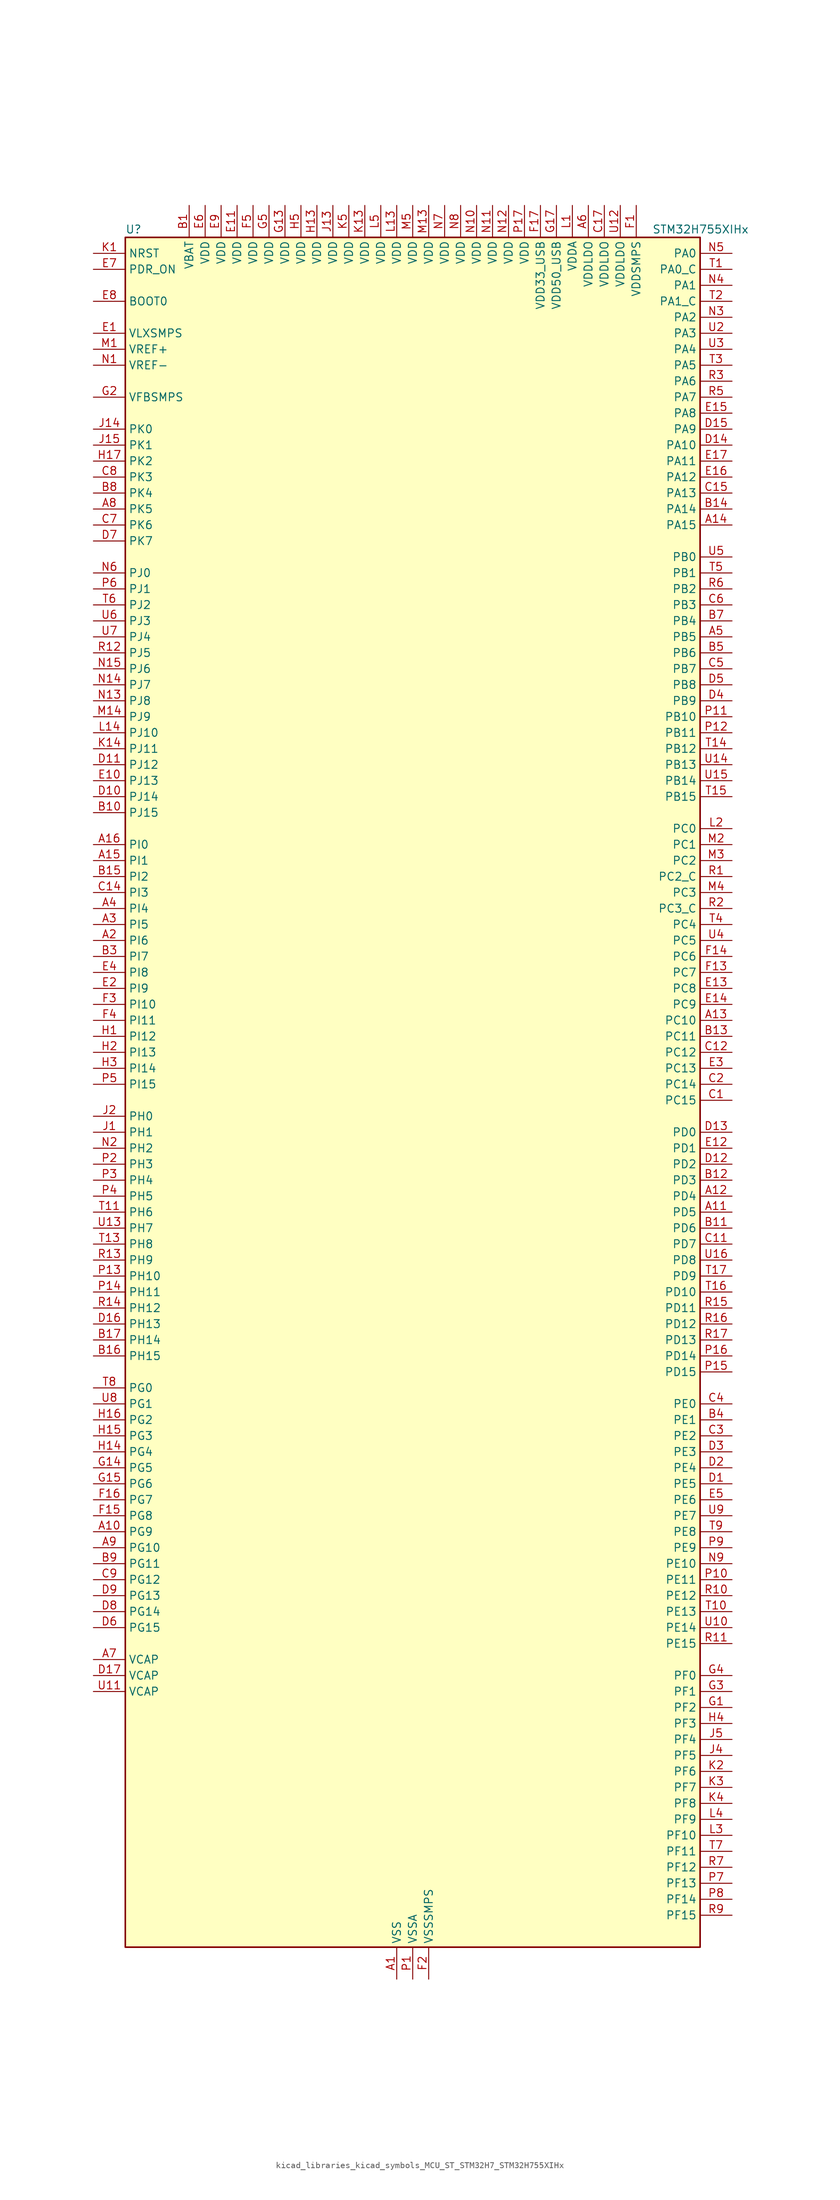
<source format=kicad_sym>
(kicad_symbol_lib
  (version 20220914)
  (generator kicad_symbol_editor)
  (symbol "kicad_libraries_kicad_symbols_MCU_ST_STM32H7_STM32H755XIHx"
    (property "Reference" "U"
      (at -45.72 138.43 0)
      (effects (font (size 1.27 1.27)) (justify left)))
    (property "Value" "STM32H755XIHx"
      (at 38.1 138.43 0)
      (effects (font (size 1.27 1.27)) (justify left)))
    (property "ki_locked" ""
      (at 0 0 0)
      (effects (font (size 1.27 1.27))))
    (symbol "kicad_libraries_kicad_symbols_MCU_ST_STM32H7_STM32H755XIHx_0_1"
      (rectangle (start -45.72 -134.62) (end 45.72 137.16) (stroke (width 0.254) (type default)) (fill (type background))))
    (symbol "kicad_libraries_kicad_symbols_MCU_ST_STM32H7_STM32H755XIHx_1_1"
      (pin power_in line (at -2.54 -139.7 90) (length 5.08) (name "VSS" (effects (font (size 1.27 1.27)))) (number "A1" (effects (font (size 1.27 1.27)))))
      (pin bidirectional line (at -50.8 -68.58 0) (length 5.08) (name "PG9" (effects (font (size 1.27 1.27)))) (number "A10" (effects (font (size 1.27 1.27)))) (alternate "DAC1_EXTI9" bidirectional line) (alternate "DCMI_VSYNC" bidirectional line) (alternate "FMC_NCE" bidirectional line) (alternate "FMC_NE2" bidirectional line) (alternate "I2S1_SDI" bidirectional line) (alternate "QUADSPI_BK2_IO2" bidirectional line) (alternate "SAI2_FS_B" bidirectional line) (alternate "SPDIFRX1_IN3" bidirectional line) (alternate "SPI1_MISO" bidirectional line) (alternate "USART6_RX" bidirectional line))
      (pin bidirectional line (at 50.8 -17.78 180) (length 5.08) (name "PD5" (effects (font (size 1.27 1.27)))) (number "A11" (effects (font (size 1.27 1.27)))) (alternate "FMC_NWE" bidirectional line) (alternate "HRTIM_EEV3" bidirectional line) (alternate "USART2_TX" bidirectional line))
      (pin bidirectional line (at 50.8 -15.24 180) (length 5.08) (name "PD4" (effects (font (size 1.27 1.27)))) (number "A12" (effects (font (size 1.27 1.27)))) (alternate "FMC_NOE" bidirectional line) (alternate "HRTIM_FLT3" bidirectional line) (alternate "SAI3_FS_A" bidirectional line) (alternate "USART2_DE" bidirectional line) (alternate "USART2_RTS" bidirectional line))
      (pin bidirectional line (at 50.8 12.7 180) (length 5.08) (name "PC10" (effects (font (size 1.27 1.27)))) (number "A13" (effects (font (size 1.27 1.27)))) (alternate "DCMI_D8" bidirectional line) (alternate "DFSDM1_CKIN5" bidirectional line) (alternate "HRTIM_EEV1" bidirectional line) (alternate "I2S3_CK" bidirectional line) (alternate "LTDC_R2" bidirectional line) (alternate "QUADSPI_BK1_IO1" bidirectional line) (alternate "SDMMC1_D2" bidirectional line) (alternate "SPI3_SCK" bidirectional line) (alternate "UART4_TX" bidirectional line) (alternate "USART3_TX" bidirectional line))
      (pin bidirectional line (at 50.8 91.44 180) (length 5.08) (name "PA15" (effects (font (size 1.27 1.27)))) (number "A14" (effects (font (size 1.27 1.27)))) (alternate "ADC1_EXTI15" bidirectional line) (alternate "ADC2_EXTI15" bidirectional line) (alternate "ADC3_EXTI15" bidirectional line) (alternate "CEC" bidirectional line) (alternate "DEBUG_JTDI" bidirectional line) (alternate "HRTIM_FLT1" bidirectional line) (alternate "I2S1_WS" bidirectional line) (alternate "I2S3_WS" bidirectional line) (alternate "SPI1_NSS" bidirectional line) (alternate "SPI3_NSS" bidirectional line) (alternate "SPI6_NSS" bidirectional line) (alternate "TIM2_CH1" bidirectional line) (alternate "TIM2_ETR" bidirectional line) (alternate "UART4_DE" bidirectional line) (alternate "UART4_RTS" bidirectional line) (alternate "UART7_TX" bidirectional line))
      (pin bidirectional line (at -50.8 38.1 0) (length 5.08) (name "PI1" (effects (font (size 1.27 1.27)))) (number "A15" (effects (font (size 1.27 1.27)))) (alternate "DCMI_D8" bidirectional line) (alternate "FMC_D25" bidirectional line) (alternate "I2S2_CK" bidirectional line) (alternate "LTDC_G6" bidirectional line) (alternate "SPI2_SCK" bidirectional line) (alternate "TIM8_BKIN2" bidirectional line) (alternate "TIM8_BKIN2_COMP1" bidirectional line) (alternate "TIM8_BKIN2_COMP2" bidirectional line))
      (pin bidirectional line (at -50.8 40.64 0) (length 5.08) (name "PI0" (effects (font (size 1.27 1.27)))) (number "A16" (effects (font (size 1.27 1.27)))) (alternate "DCMI_D13" bidirectional line) (alternate "FMC_D24" bidirectional line) (alternate "I2S2_WS" bidirectional line) (alternate "LTDC_G5" bidirectional line) (alternate "SPI2_NSS" bidirectional line) (alternate "TIM5_CH4" bidirectional line))
      (pin passive line (at -2.54 -139.7 90) (length 5.08) hide (name "VSS" (effects (font (size 1.27 1.27)))) (number "A17" (effects (font (size 1.27 1.27)))))
      (pin bidirectional line (at -50.8 25.4 0) (length 5.08) (name "PI6" (effects (font (size 1.27 1.27)))) (number "A2" (effects (font (size 1.27 1.27)))) (alternate "DCMI_D6" bidirectional line) (alternate "FMC_D28" bidirectional line) (alternate "LTDC_B6" bidirectional line) (alternate "SAI2_SD_A" bidirectional line) (alternate "TIM8_CH2" bidirectional line))
      (pin bidirectional line (at -50.8 27.94 0) (length 5.08) (name "PI5" (effects (font (size 1.27 1.27)))) (number "A3" (effects (font (size 1.27 1.27)))) (alternate "DCMI_VSYNC" bidirectional line) (alternate "FMC_NBL3" bidirectional line) (alternate "LTDC_B5" bidirectional line) (alternate "SAI2_SCK_A" bidirectional line) (alternate "TIM8_CH1" bidirectional line))
      (pin bidirectional line (at -50.8 30.48 0) (length 5.08) (name "PI4" (effects (font (size 1.27 1.27)))) (number "A4" (effects (font (size 1.27 1.27)))) (alternate "DCMI_D5" bidirectional line) (alternate "FMC_NBL2" bidirectional line) (alternate "LTDC_B4" bidirectional line) (alternate "SAI2_MCLK_A" bidirectional line) (alternate "TIM8_BKIN" bidirectional line) (alternate "TIM8_BKIN_COMP1" bidirectional line) (alternate "TIM8_BKIN_COMP2" bidirectional line))
      (pin bidirectional line (at 50.8 73.66 180) (length 5.08) (name "PB5" (effects (font (size 1.27 1.27)))) (number "A5" (effects (font (size 1.27 1.27)))) (alternate "DCMI_D10" bidirectional line) (alternate "ETH_PPS_OUT" bidirectional line) (alternate "FDCAN2_RX" bidirectional line) (alternate "FMC_SDCKE1" bidirectional line) (alternate "HRTIM_EEV7" bidirectional line) (alternate "I2C1_SMBA" bidirectional line) (alternate "I2C4_SMBA" bidirectional line) (alternate "I2S1_SDO" bidirectional line) (alternate "I2S3_SDO" bidirectional line) (alternate "SPI1_MOSI" bidirectional line) (alternate "SPI3_MOSI" bidirectional line) (alternate "SPI6_MOSI" bidirectional line) (alternate "TIM17_BKIN" bidirectional line) (alternate "TIM3_CH2" bidirectional line) (alternate "UART5_RX" bidirectional line) (alternate "USB_OTG_HS_ULPI_D7" bidirectional line))
      (pin power_in line (at 27.94 142.24 270) (length 5.08) (name "VDDLDO" (effects (font (size 1.27 1.27)))) (number "A6" (effects (font (size 1.27 1.27)))))
      (pin power_out line (at -50.8 -88.9 0) (length 5.08) (name "VCAP" (effects (font (size 1.27 1.27)))) (number "A7" (effects (font (size 1.27 1.27)))))
      (pin bidirectional line (at -50.8 93.98 0) (length 5.08) (name "PK5" (effects (font (size 1.27 1.27)))) (number "A8" (effects (font (size 1.27 1.27)))) (alternate "LTDC_B6" bidirectional line))
      (pin bidirectional line (at -50.8 -71.12 0) (length 5.08) (name "PG10" (effects (font (size 1.27 1.27)))) (number "A9" (effects (font (size 1.27 1.27)))) (alternate "DCMI_D2" bidirectional line) (alternate "FMC_NE3" bidirectional line) (alternate "HRTIM_FLT5" bidirectional line) (alternate "I2S1_WS" bidirectional line) (alternate "LTDC_B2" bidirectional line) (alternate "LTDC_G3" bidirectional line) (alternate "SAI2_SD_B" bidirectional line) (alternate "SPI1_NSS" bidirectional line))
      (pin power_in line (at -35.56 142.24 270) (length 5.08) (name "VBAT" (effects (font (size 1.27 1.27)))) (number "B1" (effects (font (size 1.27 1.27)))))
      (pin bidirectional line (at -50.8 45.72 0) (length 5.08) (name "PJ15" (effects (font (size 1.27 1.27)))) (number "B10" (effects (font (size 1.27 1.27)))) (alternate "ADC1_EXTI15" bidirectional line) (alternate "ADC2_EXTI15" bidirectional line) (alternate "ADC3_EXTI15" bidirectional line) (alternate "LTDC_B3" bidirectional line))
      (pin bidirectional line (at 50.8 -20.32 180) (length 5.08) (name "PD6" (effects (font (size 1.27 1.27)))) (number "B11" (effects (font (size 1.27 1.27)))) (alternate "DCMI_D10" bidirectional line) (alternate "DFSDM1_CKIN4" bidirectional line) (alternate "DFSDM1_DATIN1" bidirectional line) (alternate "FMC_NWAIT" bidirectional line) (alternate "I2S3_SDO" bidirectional line) (alternate "LTDC_B2" bidirectional line) (alternate "SAI1_D1" bidirectional line) (alternate "SAI1_SD_A" bidirectional line) (alternate "SAI4_D1" bidirectional line) (alternate "SAI4_SD_A" bidirectional line) (alternate "SDMMC2_CK" bidirectional line) (alternate "SPI3_MOSI" bidirectional line) (alternate "USART2_RX" bidirectional line))
      (pin bidirectional line (at 50.8 -12.7 180) (length 5.08) (name "PD3" (effects (font (size 1.27 1.27)))) (number "B12" (effects (font (size 1.27 1.27)))) (alternate "DCMI_D5" bidirectional line) (alternate "DFSDM1_CKOUT" bidirectional line) (alternate "FMC_CLK" bidirectional line) (alternate "I2S2_CK" bidirectional line) (alternate "LTDC_G7" bidirectional line) (alternate "SPI2_SCK" bidirectional line) (alternate "USART2_CTS" bidirectional line) (alternate "USART2_NSS" bidirectional line))
      (pin bidirectional line (at 50.8 10.16 180) (length 5.08) (name "PC11" (effects (font (size 1.27 1.27)))) (number "B13" (effects (font (size 1.27 1.27)))) (alternate "ADC1_EXTI11" bidirectional line) (alternate "ADC2_EXTI11" bidirectional line) (alternate "ADC3_EXTI11" bidirectional line) (alternate "DCMI_D4" bidirectional line) (alternate "DFSDM1_DATIN5" bidirectional line) (alternate "HRTIM_FLT2" bidirectional line) (alternate "I2S3_SDI" bidirectional line) (alternate "QUADSPI_BK2_NCS" bidirectional line) (alternate "SDMMC1_D3" bidirectional line) (alternate "SPI3_MISO" bidirectional line) (alternate "UART4_RX" bidirectional line) (alternate "USART3_RX" bidirectional line))
      (pin bidirectional line (at 50.8 93.98 180) (length 5.08) (name "PA14" (effects (font (size 1.27 1.27)))) (number "B14" (effects (font (size 1.27 1.27)))) (alternate "DEBUG_JTCK-SWCLK" bidirectional line))
      (pin bidirectional line (at -50.8 35.56 0) (length 5.08) (name "PI2" (effects (font (size 1.27 1.27)))) (number "B15" (effects (font (size 1.27 1.27)))) (alternate "DCMI_D9" bidirectional line) (alternate "FMC_D26" bidirectional line) (alternate "I2S2_SDI" bidirectional line) (alternate "LTDC_G7" bidirectional line) (alternate "SPI2_MISO" bidirectional line) (alternate "TIM8_CH4" bidirectional line))
      (pin bidirectional line (at -50.8 -40.64 0) (length 5.08) (name "PH15" (effects (font (size 1.27 1.27)))) (number "B16" (effects (font (size 1.27 1.27)))) (alternate "ADC1_EXTI15" bidirectional line) (alternate "ADC2_EXTI15" bidirectional line) (alternate "ADC3_EXTI15" bidirectional line) (alternate "DCMI_D11" bidirectional line) (alternate "FMC_D23" bidirectional line) (alternate "LTDC_G4" bidirectional line) (alternate "TIM8_CH3N" bidirectional line))
      (pin bidirectional line (at -50.8 -38.1 0) (length 5.08) (name "PH14" (effects (font (size 1.27 1.27)))) (number "B17" (effects (font (size 1.27 1.27)))) (alternate "DCMI_D4" bidirectional line) (alternate "FDCAN1_RX" bidirectional line) (alternate "FMC_D22" bidirectional line) (alternate "LTDC_G3" bidirectional line) (alternate "TIM8_CH2N" bidirectional line) (alternate "UART4_RX" bidirectional line))
      (pin passive line (at -2.54 -139.7 90) (length 5.08) hide (name "VSS" (effects (font (size 1.27 1.27)))) (number "B2" (effects (font (size 1.27 1.27)))))
      (pin bidirectional line (at -50.8 22.86 0) (length 5.08) (name "PI7" (effects (font (size 1.27 1.27)))) (number "B3" (effects (font (size 1.27 1.27)))) (alternate "DCMI_D7" bidirectional line) (alternate "FMC_D29" bidirectional line) (alternate "LTDC_B7" bidirectional line) (alternate "SAI2_FS_A" bidirectional line) (alternate "TIM8_CH3" bidirectional line))
      (pin bidirectional line (at 50.8 -50.8 180) (length 5.08) (name "PE1" (effects (font (size 1.27 1.27)))) (number "B4" (effects (font (size 1.27 1.27)))) (alternate "DCMI_D3" bidirectional line) (alternate "FMC_NBL1" bidirectional line) (alternate "HRTIM_SCOUT" bidirectional line) (alternate "LPTIM1_IN2" bidirectional line) (alternate "UART8_TX" bidirectional line))
      (pin bidirectional line (at 50.8 71.12 180) (length 5.08) (name "PB6" (effects (font (size 1.27 1.27)))) (number "B5" (effects (font (size 1.27 1.27)))) (alternate "CEC" bidirectional line) (alternate "DCMI_D5" bidirectional line) (alternate "DFSDM1_DATIN5" bidirectional line) (alternate "FDCAN2_TX" bidirectional line) (alternate "FMC_SDNE1" bidirectional line) (alternate "HRTIM_EEV8" bidirectional line) (alternate "I2C1_SCL" bidirectional line) (alternate "I2C4_SCL" bidirectional line) (alternate "LPUART1_TX" bidirectional line) (alternate "QUADSPI_BK1_NCS" bidirectional line) (alternate "TIM16_CH1N" bidirectional line) (alternate "TIM4_CH1" bidirectional line) (alternate "UART5_TX" bidirectional line) (alternate "USART1_TX" bidirectional line))
      (pin passive line (at -2.54 -139.7 90) (length 5.08) hide (name "VSS" (effects (font (size 1.27 1.27)))) (number "B6" (effects (font (size 1.27 1.27)))))
      (pin bidirectional line (at 50.8 76.2 180) (length 5.08) (name "PB4" (effects (font (size 1.27 1.27)))) (number "B7" (effects (font (size 1.27 1.27)))) (alternate "DEBUG_JTRST" bidirectional line) (alternate "HRTIM_EEV6" bidirectional line) (alternate "I2S1_SDI" bidirectional line) (alternate "I2S2_WS" bidirectional line) (alternate "I2S3_SDI" bidirectional line) (alternate "SDMMC2_D3" bidirectional line) (alternate "SPI1_MISO" bidirectional line) (alternate "SPI2_NSS" bidirectional line) (alternate "SPI3_MISO" bidirectional line) (alternate "SPI6_MISO" bidirectional line) (alternate "TIM16_BKIN" bidirectional line) (alternate "TIM3_CH1" bidirectional line) (alternate "UART7_TX" bidirectional line))
      (pin bidirectional line (at -50.8 96.52 0) (length 5.08) (name "PK4" (effects (font (size 1.27 1.27)))) (number "B8" (effects (font (size 1.27 1.27)))) (alternate "LTDC_B5" bidirectional line))
      (pin bidirectional line (at -50.8 -73.66 0) (length 5.08) (name "PG11" (effects (font (size 1.27 1.27)))) (number "B9" (effects (font (size 1.27 1.27)))) (alternate "ADC1_EXTI11" bidirectional line) (alternate "ADC2_EXTI11" bidirectional line) (alternate "ADC3_EXTI11" bidirectional line) (alternate "DCMI_D3" bidirectional line) (alternate "ETH_TX_EN" bidirectional line) (alternate "HRTIM_EEV4" bidirectional line) (alternate "I2S1_CK" bidirectional line) (alternate "LPTIM1_IN2" bidirectional line) (alternate "LTDC_B3" bidirectional line) (alternate "SDMMC2_D2" bidirectional line) (alternate "SPDIFRX1_IN0" bidirectional line) (alternate "SPI1_SCK" bidirectional line))
      (pin bidirectional line (at 50.8 0 180) (length 5.08) (name "PC15" (effects (font (size 1.27 1.27)))) (number "C1" (effects (font (size 1.27 1.27)))) (alternate "ADC1_EXTI15" bidirectional line) (alternate "ADC2_EXTI15" bidirectional line) (alternate "ADC3_EXTI15" bidirectional line) (alternate "RCC_OSC32_OUT" bidirectional line))
      (pin passive line (at -2.54 -139.7 90) (length 5.08) hide (name "VSS" (effects (font (size 1.27 1.27)))) (number "C10" (effects (font (size 1.27 1.27)))))
      (pin bidirectional line (at 50.8 -22.86 180) (length 5.08) (name "PD7" (effects (font (size 1.27 1.27)))) (number "C11" (effects (font (size 1.27 1.27)))) (alternate "DFSDM1_CKIN1" bidirectional line) (alternate "DFSDM1_DATIN4" bidirectional line) (alternate "FMC_NE1" bidirectional line) (alternate "I2S1_SDO" bidirectional line) (alternate "SDMMC2_CMD" bidirectional line) (alternate "SPDIFRX1_IN0" bidirectional line) (alternate "SPI1_MOSI" bidirectional line) (alternate "USART2_CK" bidirectional line))
      (pin bidirectional line (at 50.8 7.62 180) (length 5.08) (name "PC12" (effects (font (size 1.27 1.27)))) (number "C12" (effects (font (size 1.27 1.27)))) (alternate "DCMI_D9" bidirectional line) (alternate "DEBUG_TRACED3" bidirectional line) (alternate "HRTIM_EEV2" bidirectional line) (alternate "I2S3_SDO" bidirectional line) (alternate "SDMMC1_CK" bidirectional line) (alternate "SPI3_MOSI" bidirectional line) (alternate "UART5_TX" bidirectional line) (alternate "USART3_CK" bidirectional line))
      (pin passive line (at -2.54 -139.7 90) (length 5.08) hide (name "VSS" (effects (font (size 1.27 1.27)))) (number "C13" (effects (font (size 1.27 1.27)))))
      (pin bidirectional line (at -50.8 33.02 0) (length 5.08) (name "PI3" (effects (font (size 1.27 1.27)))) (number "C14" (effects (font (size 1.27 1.27)))) (alternate "DCMI_D10" bidirectional line) (alternate "FMC_D27" bidirectional line) (alternate "I2S2_SDO" bidirectional line) (alternate "SPI2_MOSI" bidirectional line) (alternate "TIM8_ETR" bidirectional line))
      (pin bidirectional line (at 50.8 96.52 180) (length 5.08) (name "PA13" (effects (font (size 1.27 1.27)))) (number "C15" (effects (font (size 1.27 1.27)))) (alternate "DEBUG_JTMS-SWDIO" bidirectional line))
      (pin passive line (at -2.54 -139.7 90) (length 5.08) hide (name "VSS" (effects (font (size 1.27 1.27)))) (number "C16" (effects (font (size 1.27 1.27)))))
      (pin power_in line (at 30.48 142.24 270) (length 5.08) (name "VDDLDO" (effects (font (size 1.27 1.27)))) (number "C17" (effects (font (size 1.27 1.27)))))
      (pin bidirectional line (at 50.8 2.54 180) (length 5.08) (name "PC14" (effects (font (size 1.27 1.27)))) (number "C2" (effects (font (size 1.27 1.27)))) (alternate "RCC_OSC32_IN" bidirectional line))
      (pin bidirectional line (at 50.8 -53.34 180) (length 5.08) (name "PE2" (effects (font (size 1.27 1.27)))) (number "C3" (effects (font (size 1.27 1.27)))) (alternate "DEBUG_TRACECLK" bidirectional line) (alternate "ETH_TXD3" bidirectional line) (alternate "FMC_A23" bidirectional line) (alternate "QUADSPI_BK1_IO2" bidirectional line) (alternate "SAI1_CK1" bidirectional line) (alternate "SAI1_MCLK_A" bidirectional line) (alternate "SAI4_CK1" bidirectional line) (alternate "SAI4_MCLK_A" bidirectional line) (alternate "SPI4_SCK" bidirectional line))
      (pin bidirectional line (at 50.8 -48.26 180) (length 5.08) (name "PE0" (effects (font (size 1.27 1.27)))) (number "C4" (effects (font (size 1.27 1.27)))) (alternate "DCMI_D2" bidirectional line) (alternate "FMC_NBL0" bidirectional line) (alternate "HRTIM_SCIN" bidirectional line) (alternate "LPTIM1_ETR" bidirectional line) (alternate "LPTIM2_ETR" bidirectional line) (alternate "SAI2_MCLK_A" bidirectional line) (alternate "TIM4_ETR" bidirectional line) (alternate "UART8_RX" bidirectional line))
      (pin bidirectional line (at 50.8 68.58 180) (length 5.08) (name "PB7" (effects (font (size 1.27 1.27)))) (number "C5" (effects (font (size 1.27 1.27)))) (alternate "DCMI_VSYNC" bidirectional line) (alternate "DFSDM1_CKIN5" bidirectional line) (alternate "FMC_NL" bidirectional line) (alternate "HRTIM_EEV9" bidirectional line) (alternate "I2C1_SDA" bidirectional line) (alternate "I2C4_SDA" bidirectional line) (alternate "LPUART1_RX" bidirectional line) (alternate "PWR_PVD_IN" bidirectional line) (alternate "TIM17_CH1N" bidirectional line) (alternate "TIM4_CH2" bidirectional line) (alternate "USART1_RX" bidirectional line))
      (pin bidirectional line (at 50.8 78.74 180) (length 5.08) (name "PB3" (effects (font (size 1.27 1.27)))) (number "C6" (effects (font (size 1.27 1.27)))) (alternate "CRS_SYNC" bidirectional line) (alternate "DEBUG_JTDO-SWO" bidirectional line) (alternate "HRTIM_FLT4" bidirectional line) (alternate "I2S1_CK" bidirectional line) (alternate "I2S3_CK" bidirectional line) (alternate "SDMMC2_D2" bidirectional line) (alternate "SPI1_SCK" bidirectional line) (alternate "SPI3_SCK" bidirectional line) (alternate "SPI6_SCK" bidirectional line) (alternate "TIM2_CH2" bidirectional line) (alternate "UART7_RX" bidirectional line))
      (pin bidirectional line (at -50.8 91.44 0) (length 5.08) (name "PK6" (effects (font (size 1.27 1.27)))) (number "C7" (effects (font (size 1.27 1.27)))) (alternate "LTDC_B7" bidirectional line))
      (pin bidirectional line (at -50.8 99.06 0) (length 5.08) (name "PK3" (effects (font (size 1.27 1.27)))) (number "C8" (effects (font (size 1.27 1.27)))) (alternate "LTDC_B4" bidirectional line))
      (pin bidirectional line (at -50.8 -76.2 0) (length 5.08) (name "PG12" (effects (font (size 1.27 1.27)))) (number "C9" (effects (font (size 1.27 1.27)))) (alternate "ETH_TXD1" bidirectional line) (alternate "FMC_NE4" bidirectional line) (alternate "HRTIM_EEV5" bidirectional line) (alternate "LPTIM1_IN1" bidirectional line) (alternate "LTDC_B1" bidirectional line) (alternate "LTDC_B4" bidirectional line) (alternate "SPDIFRX1_IN1" bidirectional line) (alternate "SPI6_MISO" bidirectional line) (alternate "USART6_DE" bidirectional line) (alternate "USART6_RTS" bidirectional line))
      (pin bidirectional line (at 50.8 -60.96 180) (length 5.08) (name "PE5" (effects (font (size 1.27 1.27)))) (number "D1" (effects (font (size 1.27 1.27)))) (alternate "DCMI_D6" bidirectional line) (alternate "DEBUG_TRACED2" bidirectional line) (alternate "DFSDM1_CKIN3" bidirectional line) (alternate "FMC_A21" bidirectional line) (alternate "LTDC_G0" bidirectional line) (alternate "SAI1_CK2" bidirectional line) (alternate "SAI1_SCK_A" bidirectional line) (alternate "SAI4_CK2" bidirectional line) (alternate "SAI4_SCK_A" bidirectional line) (alternate "SPI4_MISO" bidirectional line) (alternate "TIM15_CH1" bidirectional line))
      (pin bidirectional line (at -50.8 48.26 0) (length 5.08) (name "PJ14" (effects (font (size 1.27 1.27)))) (number "D10" (effects (font (size 1.27 1.27)))) (alternate "LTDC_B2" bidirectional line))
      (pin bidirectional line (at -50.8 53.34 0) (length 5.08) (name "PJ12" (effects (font (size 1.27 1.27)))) (number "D11" (effects (font (size 1.27 1.27)))) (alternate "DEBUG_TRGOUT" bidirectional line) (alternate "LTDC_B0" bidirectional line) (alternate "LTDC_G3" bidirectional line))
      (pin bidirectional line (at 50.8 -10.16 180) (length 5.08) (name "PD2" (effects (font (size 1.27 1.27)))) (number "D12" (effects (font (size 1.27 1.27)))) (alternate "DCMI_D11" bidirectional line) (alternate "DEBUG_TRACED2" bidirectional line) (alternate "SDMMC1_CMD" bidirectional line) (alternate "TIM3_ETR" bidirectional line) (alternate "UART5_RX" bidirectional line))
      (pin bidirectional line (at 50.8 -5.08 180) (length 5.08) (name "PD0" (effects (font (size 1.27 1.27)))) (number "D13" (effects (font (size 1.27 1.27)))) (alternate "DFSDM1_CKIN6" bidirectional line) (alternate "FDCAN1_RX" bidirectional line) (alternate "FMC_D2" bidirectional line) (alternate "FMC_DA2" bidirectional line) (alternate "SAI3_SCK_A" bidirectional line) (alternate "UART4_RX" bidirectional line))
      (pin bidirectional line (at 50.8 104.14 180) (length 5.08) (name "PA10" (effects (font (size 1.27 1.27)))) (number "D14" (effects (font (size 1.27 1.27)))) (alternate "DCMI_D1" bidirectional line) (alternate "HRTIM_CHC2" bidirectional line) (alternate "LPUART1_RX" bidirectional line) (alternate "LTDC_B1" bidirectional line) (alternate "LTDC_B4" bidirectional line) (alternate "MDIOS_MDIO" bidirectional line) (alternate "TIM1_CH3" bidirectional line) (alternate "USART1_RX" bidirectional line) (alternate "USB_OTG_FS_ID" bidirectional line))
      (pin bidirectional line (at 50.8 106.68 180) (length 5.08) (name "PA9" (effects (font (size 1.27 1.27)))) (number "D15" (effects (font (size 1.27 1.27)))) (alternate "DAC1_EXTI9" bidirectional line) (alternate "DCMI_D0" bidirectional line) (alternate "HRTIM_CHC1" bidirectional line) (alternate "I2C3_SMBA" bidirectional line) (alternate "I2S2_CK" bidirectional line) (alternate "LPUART1_TX" bidirectional line) (alternate "LTDC_R5" bidirectional line) (alternate "SPI2_SCK" bidirectional line) (alternate "TIM1_CH2" bidirectional line) (alternate "USART1_TX" bidirectional line) (alternate "USB_OTG_FS_VBUS" bidirectional line))
      (pin bidirectional line (at -50.8 -35.56 0) (length 5.08) (name "PH13" (effects (font (size 1.27 1.27)))) (number "D16" (effects (font (size 1.27 1.27)))) (alternate "FDCAN1_TX" bidirectional line) (alternate "FMC_D21" bidirectional line) (alternate "LTDC_G2" bidirectional line) (alternate "TIM8_CH1N" bidirectional line) (alternate "UART4_TX" bidirectional line))
      (pin power_out line (at -50.8 -91.44 0) (length 5.08) (name "VCAP" (effects (font (size 1.27 1.27)))) (number "D17" (effects (font (size 1.27 1.27)))))
      (pin bidirectional line (at 50.8 -58.42 180) (length 5.08) (name "PE4" (effects (font (size 1.27 1.27)))) (number "D2" (effects (font (size 1.27 1.27)))) (alternate "DCMI_D4" bidirectional line) (alternate "DEBUG_TRACED1" bidirectional line) (alternate "DFSDM1_DATIN3" bidirectional line) (alternate "FMC_A20" bidirectional line) (alternate "LTDC_B0" bidirectional line) (alternate "SAI1_D2" bidirectional line) (alternate "SAI1_FS_A" bidirectional line) (alternate "SAI4_D2" bidirectional line) (alternate "SAI4_FS_A" bidirectional line) (alternate "SPI4_NSS" bidirectional line) (alternate "TIM15_CH1N" bidirectional line))
      (pin bidirectional line (at 50.8 -55.88 180) (length 5.08) (name "PE3" (effects (font (size 1.27 1.27)))) (number "D3" (effects (font (size 1.27 1.27)))) (alternate "DEBUG_TRACED0" bidirectional line) (alternate "FMC_A19" bidirectional line) (alternate "SAI1_SD_B" bidirectional line) (alternate "SAI4_SD_B" bidirectional line) (alternate "TIM15_BKIN" bidirectional line))
      (pin bidirectional line (at 50.8 63.5 180) (length 5.08) (name "PB9" (effects (font (size 1.27 1.27)))) (number "D4" (effects (font (size 1.27 1.27)))) (alternate "DAC1_EXTI9" bidirectional line) (alternate "DCMI_D7" bidirectional line) (alternate "DFSDM1_DATIN7" bidirectional line) (alternate "FDCAN1_TX" bidirectional line) (alternate "I2C1_SDA" bidirectional line) (alternate "I2C4_SDA" bidirectional line) (alternate "I2C4_SMBA" bidirectional line) (alternate "I2S2_WS" bidirectional line) (alternate "LTDC_B7" bidirectional line) (alternate "SDMMC1_CDIR" bidirectional line) (alternate "SDMMC1_D5" bidirectional line) (alternate "SDMMC2_D5" bidirectional line) (alternate "SPI2_NSS" bidirectional line) (alternate "TIM17_CH1" bidirectional line) (alternate "TIM4_CH4" bidirectional line) (alternate "UART4_TX" bidirectional line))
      (pin bidirectional line (at 50.8 66.04 180) (length 5.08) (name "PB8" (effects (font (size 1.27 1.27)))) (number "D5" (effects (font (size 1.27 1.27)))) (alternate "DCMI_D6" bidirectional line) (alternate "DFSDM1_CKIN7" bidirectional line) (alternate "ETH_TXD3" bidirectional line) (alternate "FDCAN1_RX" bidirectional line) (alternate "I2C1_SCL" bidirectional line) (alternate "I2C4_SCL" bidirectional line) (alternate "LTDC_B6" bidirectional line) (alternate "SDMMC1_CKIN" bidirectional line) (alternate "SDMMC1_D4" bidirectional line) (alternate "SDMMC2_D4" bidirectional line) (alternate "TIM16_CH1" bidirectional line) (alternate "TIM4_CH3" bidirectional line) (alternate "UART4_RX" bidirectional line))
      (pin bidirectional line (at -50.8 -83.82 0) (length 5.08) (name "PG15" (effects (font (size 1.27 1.27)))) (number "D6" (effects (font (size 1.27 1.27)))) (alternate "ADC1_EXTI15" bidirectional line) (alternate "ADC2_EXTI15" bidirectional line) (alternate "ADC3_EXTI15" bidirectional line) (alternate "DCMI_D13" bidirectional line) (alternate "FMC_SDNCAS" bidirectional line) (alternate "USART6_CTS" bidirectional line) (alternate "USART6_NSS" bidirectional line))
      (pin bidirectional line (at -50.8 88.9 0) (length 5.08) (name "PK7" (effects (font (size 1.27 1.27)))) (number "D7" (effects (font (size 1.27 1.27)))) (alternate "LTDC_DE" bidirectional line))
      (pin bidirectional line (at -50.8 -81.28 0) (length 5.08) (name "PG14" (effects (font (size 1.27 1.27)))) (number "D8" (effects (font (size 1.27 1.27)))) (alternate "DEBUG_TRACED1" bidirectional line) (alternate "ETH_TXD1" bidirectional line) (alternate "FMC_A25" bidirectional line) (alternate "LPTIM1_ETR" bidirectional line) (alternate "LTDC_B0" bidirectional line) (alternate "QUADSPI_BK2_IO3" bidirectional line) (alternate "SPI6_MOSI" bidirectional line) (alternate "USART6_TX" bidirectional line))
      (pin bidirectional line (at -50.8 -78.74 0) (length 5.08) (name "PG13" (effects (font (size 1.27 1.27)))) (number "D9" (effects (font (size 1.27 1.27)))) (alternate "DEBUG_TRACED0" bidirectional line) (alternate "ETH_TXD0" bidirectional line) (alternate "FMC_A24" bidirectional line) (alternate "HRTIM_EEV10" bidirectional line) (alternate "LPTIM1_OUT" bidirectional line) (alternate "LTDC_R0" bidirectional line) (alternate "SPI6_SCK" bidirectional line) (alternate "USART6_CTS" bidirectional line) (alternate "USART6_NSS" bidirectional line))
      (pin power_in line (at -50.8 121.92 0) (length 5.08) (name "VLXSMPS" (effects (font (size 1.27 1.27)))) (number "E1" (effects (font (size 1.27 1.27)))))
      (pin bidirectional line (at -50.8 50.8 0) (length 5.08) (name "PJ13" (effects (font (size 1.27 1.27)))) (number "E10" (effects (font (size 1.27 1.27)))) (alternate "LTDC_B1" bidirectional line) (alternate "LTDC_B4" bidirectional line))
      (pin power_in line (at -27.94 142.24 270) (length 5.08) (name "VDD" (effects (font (size 1.27 1.27)))) (number "E11" (effects (font (size 1.27 1.27)))))
      (pin bidirectional line (at 50.8 -7.62 180) (length 5.08) (name "PD1" (effects (font (size 1.27 1.27)))) (number "E12" (effects (font (size 1.27 1.27)))) (alternate "DFSDM1_DATIN6" bidirectional line) (alternate "FDCAN1_TX" bidirectional line) (alternate "FMC_D3" bidirectional line) (alternate "FMC_DA3" bidirectional line) (alternate "SAI3_SD_A" bidirectional line) (alternate "UART4_TX" bidirectional line))
      (pin bidirectional line (at 50.8 17.78 180) (length 5.08) (name "PC8" (effects (font (size 1.27 1.27)))) (number "E13" (effects (font (size 1.27 1.27)))) (alternate "DCMI_D2" bidirectional line) (alternate "DEBUG_TRACED1" bidirectional line) (alternate "FMC_NCE" bidirectional line) (alternate "FMC_NE2" bidirectional line) (alternate "HRTIM_CHB1" bidirectional line) (alternate "SDMMC1_D0" bidirectional line) (alternate "SWPMI1_RX" bidirectional line) (alternate "TIM3_CH3" bidirectional line) (alternate "TIM8_CH3" bidirectional line) (alternate "UART5_DE" bidirectional line) (alternate "UART5_RTS" bidirectional line) (alternate "USART6_CK" bidirectional line))
      (pin bidirectional line (at 50.8 15.24 180) (length 5.08) (name "PC9" (effects (font (size 1.27 1.27)))) (number "E14" (effects (font (size 1.27 1.27)))) (alternate "DAC1_EXTI9" bidirectional line) (alternate "DCMI_D3" bidirectional line) (alternate "I2C3_SDA" bidirectional line) (alternate "I2S_CKIN" bidirectional line) (alternate "LTDC_B2" bidirectional line) (alternate "LTDC_G3" bidirectional line) (alternate "QUADSPI_BK1_IO0" bidirectional line) (alternate "RCC_MCO_2" bidirectional line) (alternate "SDMMC1_D1" bidirectional line) (alternate "SWPMI1_SUSPEND" bidirectional line) (alternate "TIM3_CH4" bidirectional line) (alternate "TIM8_CH4" bidirectional line) (alternate "UART5_CTS" bidirectional line))
      (pin bidirectional line (at 50.8 109.22 180) (length 5.08) (name "PA8" (effects (font (size 1.27 1.27)))) (number "E15" (effects (font (size 1.27 1.27)))) (alternate "HRTIM_CHB2" bidirectional line) (alternate "I2C3_SCL" bidirectional line) (alternate "LTDC_B3" bidirectional line) (alternate "LTDC_R6" bidirectional line) (alternate "RCC_MCO_1" bidirectional line) (alternate "TIM1_CH1" bidirectional line) (alternate "TIM8_BKIN2" bidirectional line) (alternate "TIM8_BKIN2_COMP1" bidirectional line) (alternate "TIM8_BKIN2_COMP2" bidirectional line) (alternate "UART7_RX" bidirectional line) (alternate "USART1_CK" bidirectional line) (alternate "USB_OTG_FS_SOF" bidirectional line))
      (pin bidirectional line (at 50.8 99.06 180) (length 5.08) (name "PA12" (effects (font (size 1.27 1.27)))) (number "E16" (effects (font (size 1.27 1.27)))) (alternate "FDCAN1_TX" bidirectional line) (alternate "HRTIM_CHD2" bidirectional line) (alternate "I2S2_CK" bidirectional line) (alternate "LPUART1_DE" bidirectional line) (alternate "LPUART1_RTS" bidirectional line) (alternate "LTDC_R5" bidirectional line) (alternate "SAI2_FS_B" bidirectional line) (alternate "SPI2_SCK" bidirectional line) (alternate "TIM1_ETR" bidirectional line) (alternate "UART4_TX" bidirectional line) (alternate "USART1_DE" bidirectional line) (alternate "USART1_RTS" bidirectional line) (alternate "USB_OTG_FS_DP" bidirectional line))
      (pin bidirectional line (at 50.8 101.6 180) (length 5.08) (name "PA11" (effects (font (size 1.27 1.27)))) (number "E17" (effects (font (size 1.27 1.27)))) (alternate "ADC1_EXTI11" bidirectional line) (alternate "ADC2_EXTI11" bidirectional line) (alternate "ADC3_EXTI11" bidirectional line) (alternate "FDCAN1_RX" bidirectional line) (alternate "HRTIM_CHD1" bidirectional line) (alternate "I2S2_WS" bidirectional line) (alternate "LPUART1_CTS" bidirectional line) (alternate "LTDC_R4" bidirectional line) (alternate "SPI2_NSS" bidirectional line) (alternate "TIM1_CH4" bidirectional line) (alternate "UART4_RX" bidirectional line) (alternate "USART1_CTS" bidirectional line) (alternate "USART1_NSS" bidirectional line) (alternate "USB_OTG_FS_DM" bidirectional line))
      (pin bidirectional line (at -50.8 17.78 0) (length 5.08) (name "PI9" (effects (font (size 1.27 1.27)))) (number "E2" (effects (font (size 1.27 1.27)))) (alternate "DAC1_EXTI9" bidirectional line) (alternate "FDCAN1_RX" bidirectional line) (alternate "FMC_D30" bidirectional line) (alternate "LTDC_VSYNC" bidirectional line) (alternate "UART4_RX" bidirectional line))
      (pin bidirectional line (at 50.8 5.08 180) (length 5.08) (name "PC13" (effects (font (size 1.27 1.27)))) (number "E3" (effects (font (size 1.27 1.27)))) (alternate "PWR_WKUP2" bidirectional line) (alternate "RTC_OUT_ALARM" bidirectional line) (alternate "RTC_OUT_CALIB" bidirectional line) (alternate "RTC_TAMP1" bidirectional line) (alternate "RTC_TS" bidirectional line))
      (pin bidirectional line (at -50.8 20.32 0) (length 5.08) (name "PI8" (effects (font (size 1.27 1.27)))) (number "E4" (effects (font (size 1.27 1.27)))) (alternate "PWR_WKUP3" bidirectional line) (alternate "RTC_TAMP2" bidirectional line))
      (pin bidirectional line (at 50.8 -63.5 180) (length 5.08) (name "PE6" (effects (font (size 1.27 1.27)))) (number "E5" (effects (font (size 1.27 1.27)))) (alternate "DCMI_D7" bidirectional line) (alternate "DEBUG_TRACED3" bidirectional line) (alternate "FMC_A22" bidirectional line) (alternate "LTDC_G1" bidirectional line) (alternate "SAI1_D1" bidirectional line) (alternate "SAI1_SD_A" bidirectional line) (alternate "SAI2_MCLK_B" bidirectional line) (alternate "SAI4_D1" bidirectional line) (alternate "SAI4_SD_A" bidirectional line) (alternate "SPI4_MOSI" bidirectional line) (alternate "TIM15_CH2" bidirectional line) (alternate "TIM1_BKIN2" bidirectional line) (alternate "TIM1_BKIN2_COMP1" bidirectional line) (alternate "TIM1_BKIN2_COMP2" bidirectional line))
      (pin power_in line (at -33.02 142.24 270) (length 5.08) (name "VDD" (effects (font (size 1.27 1.27)))) (number "E6" (effects (font (size 1.27 1.27)))))
      (pin input line (at -50.8 132.08 0) (length 5.08) (name "PDR_ON" (effects (font (size 1.27 1.27)))) (number "E7" (effects (font (size 1.27 1.27)))))
      (pin input line (at -50.8 127 0) (length 5.08) (name "BOOT0" (effects (font (size 1.27 1.27)))) (number "E8" (effects (font (size 1.27 1.27)))))
      (pin power_in line (at -30.48 142.24 270) (length 5.08) (name "VDD" (effects (font (size 1.27 1.27)))) (number "E9" (effects (font (size 1.27 1.27)))))
      (pin power_in line (at 35.56 142.24 270) (length 5.08) (name "VDDSMPS" (effects (font (size 1.27 1.27)))) (number "F1" (effects (font (size 1.27 1.27)))))
      (pin bidirectional line (at 50.8 20.32 180) (length 5.08) (name "PC7" (effects (font (size 1.27 1.27)))) (number "F13" (effects (font (size 1.27 1.27)))) (alternate "DCMI_D1" bidirectional line) (alternate "DEBUG_TRGIO" bidirectional line) (alternate "DFSDM1_DATIN3" bidirectional line) (alternate "FMC_NE1" bidirectional line) (alternate "HRTIM_CHA2" bidirectional line) (alternate "I2S3_MCK" bidirectional line) (alternate "LTDC_G6" bidirectional line) (alternate "SDMMC1_D123DIR" bidirectional line) (alternate "SDMMC1_D7" bidirectional line) (alternate "SDMMC2_D7" bidirectional line) (alternate "SWPMI1_TX" bidirectional line) (alternate "TIM3_CH2" bidirectional line) (alternate "TIM8_CH2" bidirectional line) (alternate "USART6_RX" bidirectional line))
      (pin bidirectional line (at 50.8 22.86 180) (length 5.08) (name "PC6" (effects (font (size 1.27 1.27)))) (number "F14" (effects (font (size 1.27 1.27)))) (alternate "DCMI_D0" bidirectional line) (alternate "DFSDM1_CKIN3" bidirectional line) (alternate "FMC_NWAIT" bidirectional line) (alternate "HRTIM_CHA1" bidirectional line) (alternate "I2S2_MCK" bidirectional line) (alternate "LTDC_HSYNC" bidirectional line) (alternate "SDMMC1_D0DIR" bidirectional line) (alternate "SDMMC1_D6" bidirectional line) (alternate "SDMMC2_D6" bidirectional line) (alternate "SWPMI1_IO" bidirectional line) (alternate "TIM3_CH1" bidirectional line) (alternate "TIM8_CH1" bidirectional line) (alternate "USART6_TX" bidirectional line))
      (pin bidirectional line (at -50.8 -66.04 0) (length 5.08) (name "PG8" (effects (font (size 1.27 1.27)))) (number "F15" (effects (font (size 1.27 1.27)))) (alternate "ETH_PPS_OUT" bidirectional line) (alternate "FMC_SDCLK" bidirectional line) (alternate "LTDC_G7" bidirectional line) (alternate "SPDIFRX1_IN2" bidirectional line) (alternate "SPI6_NSS" bidirectional line) (alternate "TIM8_ETR" bidirectional line) (alternate "USART6_DE" bidirectional line) (alternate "USART6_RTS" bidirectional line))
      (pin bidirectional line (at -50.8 -63.5 0) (length 5.08) (name "PG7" (effects (font (size 1.27 1.27)))) (number "F16" (effects (font (size 1.27 1.27)))) (alternate "DCMI_D13" bidirectional line) (alternate "FMC_INT" bidirectional line) (alternate "HRTIM_CHE2" bidirectional line) (alternate "LTDC_CLK" bidirectional line) (alternate "SAI1_MCLK_A" bidirectional line) (alternate "USART6_CK" bidirectional line))
      (pin power_in line (at 20.32 142.24 270) (length 5.08) (name "VDD33_USB" (effects (font (size 1.27 1.27)))) (number "F17" (effects (font (size 1.27 1.27)))))
      (pin power_in line (at 2.54 -139.7 90) (length 5.08) (name "VSSSMPS" (effects (font (size 1.27 1.27)))) (number "F2" (effects (font (size 1.27 1.27)))))
      (pin bidirectional line (at -50.8 15.24 0) (length 5.08) (name "PI10" (effects (font (size 1.27 1.27)))) (number "F3" (effects (font (size 1.27 1.27)))) (alternate "ETH_RX_ER" bidirectional line) (alternate "FMC_D31" bidirectional line) (alternate "LTDC_HSYNC" bidirectional line))
      (pin bidirectional line (at -50.8 12.7 0) (length 5.08) (name "PI11" (effects (font (size 1.27 1.27)))) (number "F4" (effects (font (size 1.27 1.27)))) (alternate "ADC1_EXTI11" bidirectional line) (alternate "ADC2_EXTI11" bidirectional line) (alternate "ADC3_EXTI11" bidirectional line) (alternate "LTDC_G6" bidirectional line) (alternate "PWR_WKUP4" bidirectional line) (alternate "USB_OTG_HS_ULPI_DIR" bidirectional line))
      (pin power_in line (at -25.4 142.24 270) (length 5.08) (name "VDD" (effects (font (size 1.27 1.27)))) (number "F5" (effects (font (size 1.27 1.27)))))
      (pin bidirectional line (at 50.8 -96.52 180) (length 5.08) (name "PF2" (effects (font (size 1.27 1.27)))) (number "G1" (effects (font (size 1.27 1.27)))) (alternate "FMC_A2" bidirectional line) (alternate "I2C2_SMBA" bidirectional line))
      (pin passive line (at -2.54 -139.7 90) (length 5.08) hide (name "VSS" (effects (font (size 1.27 1.27)))) (number "G10" (effects (font (size 1.27 1.27)))))
      (pin passive line (at -2.54 -139.7 90) (length 5.08) hide (name "VSS" (effects (font (size 1.27 1.27)))) (number "G11" (effects (font (size 1.27 1.27)))))
      (pin power_in line (at -20.32 142.24 270) (length 5.08) (name "VDD" (effects (font (size 1.27 1.27)))) (number "G13" (effects (font (size 1.27 1.27)))))
      (pin bidirectional line (at -50.8 -58.42 0) (length 5.08) (name "PG5" (effects (font (size 1.27 1.27)))) (number "G14" (effects (font (size 1.27 1.27)))) (alternate "FMC_A15" bidirectional line) (alternate "FMC_BA1" bidirectional line) (alternate "TIM1_ETR" bidirectional line))
      (pin bidirectional line (at -50.8 -60.96 0) (length 5.08) (name "PG6" (effects (font (size 1.27 1.27)))) (number "G15" (effects (font (size 1.27 1.27)))) (alternate "DCMI_D12" bidirectional line) (alternate "FMC_NE3" bidirectional line) (alternate "HRTIM_CHE1" bidirectional line) (alternate "LTDC_R7" bidirectional line) (alternate "QUADSPI_BK1_NCS" bidirectional line) (alternate "TIM17_BKIN" bidirectional line))
      (pin passive line (at -2.54 -139.7 90) (length 5.08) hide (name "VSS" (effects (font (size 1.27 1.27)))) (number "G16" (effects (font (size 1.27 1.27)))))
      (pin power_in line (at 22.86 142.24 270) (length 5.08) (name "VDD50_USB" (effects (font (size 1.27 1.27)))) (number "G17" (effects (font (size 1.27 1.27)))))
      (pin input line (at -50.8 111.76 0) (length 5.08) (name "VFBSMPS" (effects (font (size 1.27 1.27)))) (number "G2" (effects (font (size 1.27 1.27)))))
      (pin bidirectional line (at 50.8 -93.98 180) (length 5.08) (name "PF1" (effects (font (size 1.27 1.27)))) (number "G3" (effects (font (size 1.27 1.27)))) (alternate "FMC_A1" bidirectional line) (alternate "I2C2_SCL" bidirectional line))
      (pin bidirectional line (at 50.8 -91.44 180) (length 5.08) (name "PF0" (effects (font (size 1.27 1.27)))) (number "G4" (effects (font (size 1.27 1.27)))) (alternate "FMC_A0" bidirectional line) (alternate "I2C2_SDA" bidirectional line))
      (pin power_in line (at -22.86 142.24 270) (length 5.08) (name "VDD" (effects (font (size 1.27 1.27)))) (number "G5" (effects (font (size 1.27 1.27)))))
      (pin passive line (at -2.54 -139.7 90) (length 5.08) hide (name "VSS" (effects (font (size 1.27 1.27)))) (number "G7" (effects (font (size 1.27 1.27)))))
      (pin passive line (at -2.54 -139.7 90) (length 5.08) hide (name "VSS" (effects (font (size 1.27 1.27)))) (number "G8" (effects (font (size 1.27 1.27)))))
      (pin passive line (at -2.54 -139.7 90) (length 5.08) hide (name "VSS" (effects (font (size 1.27 1.27)))) (number "G9" (effects (font (size 1.27 1.27)))))
      (pin bidirectional line (at -50.8 10.16 0) (length 5.08) (name "PI12" (effects (font (size 1.27 1.27)))) (number "H1" (effects (font (size 1.27 1.27)))) (alternate "LTDC_HSYNC" bidirectional line))
      (pin passive line (at -2.54 -139.7 90) (length 5.08) hide (name "VSS" (effects (font (size 1.27 1.27)))) (number "H10" (effects (font (size 1.27 1.27)))))
      (pin passive line (at -2.54 -139.7 90) (length 5.08) hide (name "VSS" (effects (font (size 1.27 1.27)))) (number "H11" (effects (font (size 1.27 1.27)))))
      (pin power_in line (at -15.24 142.24 270) (length 5.08) (name "VDD" (effects (font (size 1.27 1.27)))) (number "H13" (effects (font (size 1.27 1.27)))))
      (pin bidirectional line (at -50.8 -55.88 0) (length 5.08) (name "PG4" (effects (font (size 1.27 1.27)))) (number "H14" (effects (font (size 1.27 1.27)))) (alternate "FMC_A14" bidirectional line) (alternate "FMC_BA0" bidirectional line) (alternate "TIM1_BKIN2" bidirectional line) (alternate "TIM1_BKIN2_COMP1" bidirectional line) (alternate "TIM1_BKIN2_COMP2" bidirectional line))
      (pin bidirectional line (at -50.8 -53.34 0) (length 5.08) (name "PG3" (effects (font (size 1.27 1.27)))) (number "H15" (effects (font (size 1.27 1.27)))) (alternate "FMC_A13" bidirectional line) (alternate "TIM8_BKIN2" bidirectional line) (alternate "TIM8_BKIN2_COMP1" bidirectional line) (alternate "TIM8_BKIN2_COMP2" bidirectional line))
      (pin bidirectional line (at -50.8 -50.8 0) (length 5.08) (name "PG2" (effects (font (size 1.27 1.27)))) (number "H16" (effects (font (size 1.27 1.27)))) (alternate "FMC_A12" bidirectional line) (alternate "TIM8_BKIN" bidirectional line) (alternate "TIM8_BKIN_COMP1" bidirectional line) (alternate "TIM8_BKIN_COMP2" bidirectional line))
      (pin bidirectional line (at -50.8 101.6 0) (length 5.08) (name "PK2" (effects (font (size 1.27 1.27)))) (number "H17" (effects (font (size 1.27 1.27)))) (alternate "LTDC_G7" bidirectional line) (alternate "TIM1_BKIN" bidirectional line) (alternate "TIM1_BKIN_COMP1" bidirectional line) (alternate "TIM1_BKIN_COMP2" bidirectional line) (alternate "TIM8_BKIN" bidirectional line) (alternate "TIM8_BKIN_COMP1" bidirectional line) (alternate "TIM8_BKIN_COMP2" bidirectional line))
      (pin bidirectional line (at -50.8 7.62 0) (length 5.08) (name "PI13" (effects (font (size 1.27 1.27)))) (number "H2" (effects (font (size 1.27 1.27)))) (alternate "LTDC_VSYNC" bidirectional line))
      (pin bidirectional line (at -50.8 5.08 0) (length 5.08) (name "PI14" (effects (font (size 1.27 1.27)))) (number "H3" (effects (font (size 1.27 1.27)))) (alternate "LTDC_CLK" bidirectional line))
      (pin bidirectional line (at 50.8 -99.06 180) (length 5.08) (name "PF3" (effects (font (size 1.27 1.27)))) (number "H4" (effects (font (size 1.27 1.27)))) (alternate "ADC3_INP5" bidirectional line) (alternate "FMC_A3" bidirectional line))
      (pin power_in line (at -17.78 142.24 270) (length 5.08) (name "VDD" (effects (font (size 1.27 1.27)))) (number "H5" (effects (font (size 1.27 1.27)))))
      (pin passive line (at -2.54 -139.7 90) (length 5.08) hide (name "VSS" (effects (font (size 1.27 1.27)))) (number "H7" (effects (font (size 1.27 1.27)))))
      (pin passive line (at -2.54 -139.7 90) (length 5.08) hide (name "VSS" (effects (font (size 1.27 1.27)))) (number "H8" (effects (font (size 1.27 1.27)))))
      (pin passive line (at -2.54 -139.7 90) (length 5.08) hide (name "VSS" (effects (font (size 1.27 1.27)))) (number "H9" (effects (font (size 1.27 1.27)))))
      (pin bidirectional line (at -50.8 -5.08 0) (length 5.08) (name "PH1" (effects (font (size 1.27 1.27)))) (number "J1" (effects (font (size 1.27 1.27)))) (alternate "RCC_OSC_OUT" bidirectional line))
      (pin passive line (at -2.54 -139.7 90) (length 5.08) hide (name "VSS" (effects (font (size 1.27 1.27)))) (number "J10" (effects (font (size 1.27 1.27)))))
      (pin passive line (at -2.54 -139.7 90) (length 5.08) hide (name "VSS" (effects (font (size 1.27 1.27)))) (number "J11" (effects (font (size 1.27 1.27)))))
      (pin power_in line (at -12.7 142.24 270) (length 5.08) (name "VDD" (effects (font (size 1.27 1.27)))) (number "J13" (effects (font (size 1.27 1.27)))))
      (pin bidirectional line (at -50.8 106.68 0) (length 5.08) (name "PK0" (effects (font (size 1.27 1.27)))) (number "J14" (effects (font (size 1.27 1.27)))) (alternate "LTDC_G5" bidirectional line) (alternate "SPI5_SCK" bidirectional line) (alternate "TIM1_CH1N" bidirectional line) (alternate "TIM8_CH3" bidirectional line))
      (pin bidirectional line (at -50.8 104.14 0) (length 5.08) (name "PK1" (effects (font (size 1.27 1.27)))) (number "J15" (effects (font (size 1.27 1.27)))) (alternate "LTDC_G6" bidirectional line) (alternate "SPI5_NSS" bidirectional line) (alternate "TIM1_CH1" bidirectional line) (alternate "TIM8_CH3N" bidirectional line))
      (pin passive line (at -2.54 -139.7 90) (length 5.08) hide (name "VSS" (effects (font (size 1.27 1.27)))) (number "J16" (effects (font (size 1.27 1.27)))))
      (pin passive line (at -2.54 -139.7 90) (length 5.08) hide (name "VSS" (effects (font (size 1.27 1.27)))) (number "J17" (effects (font (size 1.27 1.27)))))
      (pin bidirectional line (at -50.8 -2.54 0) (length 5.08) (name "PH0" (effects (font (size 1.27 1.27)))) (number "J2" (effects (font (size 1.27 1.27)))) (alternate "RCC_OSC_IN" bidirectional line))
      (pin passive line (at -2.54 -139.7 90) (length 5.08) hide (name "VSS" (effects (font (size 1.27 1.27)))) (number "J3" (effects (font (size 1.27 1.27)))))
      (pin bidirectional line (at 50.8 -104.14 180) (length 5.08) (name "PF5" (effects (font (size 1.27 1.27)))) (number "J4" (effects (font (size 1.27 1.27)))) (alternate "ADC3_INP4" bidirectional line) (alternate "FMC_A5" bidirectional line))
      (pin bidirectional line (at 50.8 -101.6 180) (length 5.08) (name "PF4" (effects (font (size 1.27 1.27)))) (number "J5" (effects (font (size 1.27 1.27)))) (alternate "ADC3_INN5" bidirectional line) (alternate "ADC3_INP9" bidirectional line) (alternate "FMC_A4" bidirectional line))
      (pin passive line (at -2.54 -139.7 90) (length 5.08) hide (name "VSS" (effects (font (size 1.27 1.27)))) (number "J7" (effects (font (size 1.27 1.27)))))
      (pin passive line (at -2.54 -139.7 90) (length 5.08) hide (name "VSS" (effects (font (size 1.27 1.27)))) (number "J8" (effects (font (size 1.27 1.27)))))
      (pin passive line (at -2.54 -139.7 90) (length 5.08) hide (name "VSS" (effects (font (size 1.27 1.27)))) (number "J9" (effects (font (size 1.27 1.27)))))
      (pin input line (at -50.8 134.62 0) (length 5.08) (name "NRST" (effects (font (size 1.27 1.27)))) (number "K1" (effects (font (size 1.27 1.27)))))
      (pin passive line (at -2.54 -139.7 90) (length 5.08) hide (name "VSS" (effects (font (size 1.27 1.27)))) (number "K10" (effects (font (size 1.27 1.27)))))
      (pin passive line (at -2.54 -139.7 90) (length 5.08) hide (name "VSS" (effects (font (size 1.27 1.27)))) (number "K11" (effects (font (size 1.27 1.27)))))
      (pin power_in line (at -7.62 142.24 270) (length 5.08) (name "VDD" (effects (font (size 1.27 1.27)))) (number "K13" (effects (font (size 1.27 1.27)))))
      (pin bidirectional line (at -50.8 55.88 0) (length 5.08) (name "PJ11" (effects (font (size 1.27 1.27)))) (number "K14" (effects (font (size 1.27 1.27)))) (alternate "ADC1_EXTI11" bidirectional line) (alternate "ADC2_EXTI11" bidirectional line) (alternate "ADC3_EXTI11" bidirectional line) (alternate "LTDC_G4" bidirectional line) (alternate "SPI5_MISO" bidirectional line) (alternate "TIM1_CH2" bidirectional line) (alternate "TIM8_CH2N" bidirectional line))
      (pin passive line (at -2.54 -139.7 90) (length 5.08) hide (name "VSS" (effects (font (size 1.27 1.27)))) (number "K15" (effects (font (size 1.27 1.27)))))
      (pin no_connect line (at -45.72 -134.62 0) (length 5.08) hide (name "NC" (effects (font (size 1.27 1.27)))) (number "K16" (effects (font (size 1.27 1.27)))))
      (pin no_connect line (at -45.72 -132.08 0) (length 5.08) hide (name "NC" (effects (font (size 1.27 1.27)))) (number "K17" (effects (font (size 1.27 1.27)))))
      (pin bidirectional line (at 50.8 -106.68 180) (length 5.08) (name "PF6" (effects (font (size 1.27 1.27)))) (number "K2" (effects (font (size 1.27 1.27)))) (alternate "ADC3_INN4" bidirectional line) (alternate "ADC3_INP8" bidirectional line) (alternate "QUADSPI_BK1_IO3" bidirectional line) (alternate "SAI1_SD_B" bidirectional line) (alternate "SAI4_SD_B" bidirectional line) (alternate "SPI5_NSS" bidirectional line) (alternate "TIM16_CH1" bidirectional line) (alternate "UART7_RX" bidirectional line))
      (pin bidirectional line (at 50.8 -109.22 180) (length 5.08) (name "PF7" (effects (font (size 1.27 1.27)))) (number "K3" (effects (font (size 1.27 1.27)))) (alternate "ADC3_INP3" bidirectional line) (alternate "QUADSPI_BK1_IO2" bidirectional line) (alternate "SAI1_MCLK_B" bidirectional line) (alternate "SAI4_MCLK_B" bidirectional line) (alternate "SPI5_SCK" bidirectional line) (alternate "TIM17_CH1" bidirectional line) (alternate "UART7_TX" bidirectional line))
      (pin bidirectional line (at 50.8 -111.76 180) (length 5.08) (name "PF8" (effects (font (size 1.27 1.27)))) (number "K4" (effects (font (size 1.27 1.27)))) (alternate "ADC3_INN3" bidirectional line) (alternate "ADC3_INP7" bidirectional line) (alternate "QUADSPI_BK1_IO0" bidirectional line) (alternate "SAI1_SCK_B" bidirectional line) (alternate "SAI4_SCK_B" bidirectional line) (alternate "SPI5_MISO" bidirectional line) (alternate "TIM13_CH1" bidirectional line) (alternate "TIM16_CH1N" bidirectional line) (alternate "UART7_DE" bidirectional line) (alternate "UART7_RTS" bidirectional line))
      (pin power_in line (at -10.16 142.24 270) (length 5.08) (name "VDD" (effects (font (size 1.27 1.27)))) (number "K5" (effects (font (size 1.27 1.27)))))
      (pin passive line (at -2.54 -139.7 90) (length 5.08) hide (name "VSS" (effects (font (size 1.27 1.27)))) (number "K7" (effects (font (size 1.27 1.27)))))
      (pin passive line (at -2.54 -139.7 90) (length 5.08) hide (name "VSS" (effects (font (size 1.27 1.27)))) (number "K8" (effects (font (size 1.27 1.27)))))
      (pin passive line (at -2.54 -139.7 90) (length 5.08) hide (name "VSS" (effects (font (size 1.27 1.27)))) (number "K9" (effects (font (size 1.27 1.27)))))
      (pin power_in line (at 25.4 142.24 270) (length 5.08) (name "VDDA" (effects (font (size 1.27 1.27)))) (number "L1" (effects (font (size 1.27 1.27)))))
      (pin passive line (at -2.54 -139.7 90) (length 5.08) hide (name "VSS" (effects (font (size 1.27 1.27)))) (number "L10" (effects (font (size 1.27 1.27)))))
      (pin passive line (at -2.54 -139.7 90) (length 5.08) hide (name "VSS" (effects (font (size 1.27 1.27)))) (number "L11" (effects (font (size 1.27 1.27)))))
      (pin power_in line (at -2.54 142.24 270) (length 5.08) (name "VDD" (effects (font (size 1.27 1.27)))) (number "L13" (effects (font (size 1.27 1.27)))))
      (pin bidirectional line (at -50.8 58.42 0) (length 5.08) (name "PJ10" (effects (font (size 1.27 1.27)))) (number "L14" (effects (font (size 1.27 1.27)))) (alternate "LTDC_G3" bidirectional line) (alternate "SPI5_MOSI" bidirectional line) (alternate "TIM1_CH2N" bidirectional line) (alternate "TIM8_CH2" bidirectional line))
      (pin passive line (at -2.54 -139.7 90) (length 5.08) hide (name "VSS" (effects (font (size 1.27 1.27)))) (number "L15" (effects (font (size 1.27 1.27)))))
      (pin no_connect line (at -45.72 -129.54 0) (length 5.08) hide (name "NC" (effects (font (size 1.27 1.27)))) (number "L16" (effects (font (size 1.27 1.27)))))
      (pin no_connect line (at -45.72 -127 0) (length 5.08) hide (name "NC" (effects (font (size 1.27 1.27)))) (number "L17" (effects (font (size 1.27 1.27)))))
      (pin bidirectional line (at 50.8 43.18 180) (length 5.08) (name "PC0" (effects (font (size 1.27 1.27)))) (number "L2" (effects (font (size 1.27 1.27)))) (alternate "ADC1_INP10" bidirectional line) (alternate "ADC2_INP10" bidirectional line) (alternate "ADC3_INP10" bidirectional line) (alternate "DFSDM1_CKIN0" bidirectional line) (alternate "DFSDM1_DATIN4" bidirectional line) (alternate "FMC_SDNWE" bidirectional line) (alternate "LTDC_R5" bidirectional line) (alternate "SAI2_FS_B" bidirectional line) (alternate "USB_OTG_HS_ULPI_STP" bidirectional line))
      (pin bidirectional line (at 50.8 -116.84 180) (length 5.08) (name "PF10" (effects (font (size 1.27 1.27)))) (number "L3" (effects (font (size 1.27 1.27)))) (alternate "ADC3_INN2" bidirectional line) (alternate "ADC3_INP6" bidirectional line) (alternate "DCMI_D11" bidirectional line) (alternate "LTDC_DE" bidirectional line) (alternate "QUADSPI_CLK" bidirectional line) (alternate "SAI1_D3" bidirectional line) (alternate "SAI4_D3" bidirectional line) (alternate "TIM16_BKIN" bidirectional line))
      (pin bidirectional line (at 50.8 -114.3 180) (length 5.08) (name "PF9" (effects (font (size 1.27 1.27)))) (number "L4" (effects (font (size 1.27 1.27)))) (alternate "ADC3_INP2" bidirectional line) (alternate "DAC1_EXTI9" bidirectional line) (alternate "QUADSPI_BK1_IO1" bidirectional line) (alternate "SAI1_FS_B" bidirectional line) (alternate "SAI4_FS_B" bidirectional line) (alternate "SPI5_MOSI" bidirectional line) (alternate "TIM14_CH1" bidirectional line) (alternate "TIM17_CH1N" bidirectional line) (alternate "UART7_CTS" bidirectional line))
      (pin power_in line (at -5.08 142.24 270) (length 5.08) (name "VDD" (effects (font (size 1.27 1.27)))) (number "L5" (effects (font (size 1.27 1.27)))))
      (pin passive line (at -2.54 -139.7 90) (length 5.08) hide (name "VSS" (effects (font (size 1.27 1.27)))) (number "L7" (effects (font (size 1.27 1.27)))))
      (pin passive line (at -2.54 -139.7 90) (length 5.08) hide (name "VSS" (effects (font (size 1.27 1.27)))) (number "L8" (effects (font (size 1.27 1.27)))))
      (pin passive line (at -2.54 -139.7 90) (length 5.08) hide (name "VSS" (effects (font (size 1.27 1.27)))) (number "L9" (effects (font (size 1.27 1.27)))))
      (pin input line (at -50.8 119.38 0) (length 5.08) (name "VREF+" (effects (font (size 1.27 1.27)))) (number "M1" (effects (font (size 1.27 1.27)))) (alternate "VREFBUF_OUT" bidirectional line))
      (pin power_in line (at 2.54 142.24 270) (length 5.08) (name "VDD" (effects (font (size 1.27 1.27)))) (number "M13" (effects (font (size 1.27 1.27)))))
      (pin bidirectional line (at -50.8 60.96 0) (length 5.08) (name "PJ9" (effects (font (size 1.27 1.27)))) (number "M14" (effects (font (size 1.27 1.27)))) (alternate "DAC1_EXTI9" bidirectional line) (alternate "LTDC_G2" bidirectional line) (alternate "TIM1_CH3" bidirectional line) (alternate "TIM8_CH1N" bidirectional line) (alternate "UART8_RX" bidirectional line))
      (pin passive line (at -2.54 -139.7 90) (length 5.08) hide (name "VSS" (effects (font (size 1.27 1.27)))) (number "M15" (effects (font (size 1.27 1.27)))))
      (pin no_connect line (at -45.72 -124.46 0) (length 5.08) hide (name "NC" (effects (font (size 1.27 1.27)))) (number "M16" (effects (font (size 1.27 1.27)))))
      (pin no_connect line (at -45.72 -121.92 0) (length 5.08) hide (name "NC" (effects (font (size 1.27 1.27)))) (number "M17" (effects (font (size 1.27 1.27)))))
      (pin bidirectional line (at 50.8 40.64 180) (length 5.08) (name "PC1" (effects (font (size 1.27 1.27)))) (number "M2" (effects (font (size 1.27 1.27)))) (alternate "ADC1_INN10" bidirectional line) (alternate "ADC1_INP11" bidirectional line) (alternate "ADC2_INN10" bidirectional line) (alternate "ADC2_INP11" bidirectional line) (alternate "ADC3_INN10" bidirectional line) (alternate "ADC3_INP11" bidirectional line) (alternate "DEBUG_TRACED0" bidirectional line) (alternate "DFSDM1_CKIN4" bidirectional line) (alternate "DFSDM1_DATIN0" bidirectional line) (alternate "ETH_MDC" bidirectional line) (alternate "I2S2_SDO" bidirectional line) (alternate "MDIOS_MDC" bidirectional line) (alternate "PWR_WKUP5" bidirectional line) (alternate "RTC_TAMP3" bidirectional line) (alternate "SAI1_D1" bidirectional line) (alternate "SAI1_SD_A" bidirectional line) (alternate "SAI4_D1" bidirectional line) (alternate "SAI4_SD_A" bidirectional line) (alternate "SDMMC2_CK" bidirectional line) (alternate "SPI2_MOSI" bidirectional line))
      (pin bidirectional line (at 50.8 38.1 180) (length 5.08) (name "PC2" (effects (font (size 1.27 1.27)))) (number "M3" (effects (font (size 1.27 1.27)))) (alternate "ADC1_INN11" bidirectional line) (alternate "ADC1_INP12" bidirectional line) (alternate "ADC2_INN11" bidirectional line) (alternate "ADC2_INP12" bidirectional line) (alternate "ADC3_INN11" bidirectional line) (alternate "ADC3_INP12" bidirectional line) (alternate "DFSDM1_CKIN1" bidirectional line) (alternate "DFSDM1_CKOUT" bidirectional line) (alternate "ETH_TXD2" bidirectional line) (alternate "FMC_SDNE0" bidirectional line) (alternate "I2S2_SDI" bidirectional line) (alternate "PWR_CSTOP" bidirectional line) (alternate "SPI2_MISO" bidirectional line) (alternate "USB_OTG_HS_ULPI_DIR" bidirectional line))
      (pin bidirectional line (at 50.8 33.02 180) (length 5.08) (name "PC3" (effects (font (size 1.27 1.27)))) (number "M4" (effects (font (size 1.27 1.27)))) (alternate "ADC1_INN12" bidirectional line) (alternate "ADC1_INP13" bidirectional line) (alternate "ADC2_INN12" bidirectional line) (alternate "ADC2_INP13" bidirectional line) (alternate "DFSDM1_DATIN1" bidirectional line) (alternate "ETH_TX_CLK" bidirectional line) (alternate "FMC_SDCKE0" bidirectional line) (alternate "I2S2_SDO" bidirectional line) (alternate "PWR_CSLEEP" bidirectional line) (alternate "SPI2_MOSI" bidirectional line) (alternate "USB_OTG_HS_ULPI_NXT" bidirectional line))
      (pin power_in line (at 0 142.24 270) (length 5.08) (name "VDD" (effects (font (size 1.27 1.27)))) (number "M5" (effects (font (size 1.27 1.27)))))
      (pin input line (at -50.8 116.84 0) (length 5.08) (name "VREF-" (effects (font (size 1.27 1.27)))) (number "N1" (effects (font (size 1.27 1.27)))))
      (pin power_in line (at 10.16 142.24 270) (length 5.08) (name "VDD" (effects (font (size 1.27 1.27)))) (number "N10" (effects (font (size 1.27 1.27)))))
      (pin power_in line (at 12.7 142.24 270) (length 5.08) (name "VDD" (effects (font (size 1.27 1.27)))) (number "N11" (effects (font (size 1.27 1.27)))))
      (pin power_in line (at 15.24 142.24 270) (length 5.08) (name "VDD" (effects (font (size 1.27 1.27)))) (number "N12" (effects (font (size 1.27 1.27)))))
      (pin bidirectional line (at -50.8 63.5 0) (length 5.08) (name "PJ8" (effects (font (size 1.27 1.27)))) (number "N13" (effects (font (size 1.27 1.27)))) (alternate "LTDC_G1" bidirectional line) (alternate "TIM1_CH3N" bidirectional line) (alternate "TIM8_CH1" bidirectional line) (alternate "UART8_TX" bidirectional line))
      (pin bidirectional line (at -50.8 66.04 0) (length 5.08) (name "PJ7" (effects (font (size 1.27 1.27)))) (number "N14" (effects (font (size 1.27 1.27)))) (alternate "DEBUG_TRGIN" bidirectional line) (alternate "LTDC_G0" bidirectional line) (alternate "TIM8_CH2N" bidirectional line))
      (pin bidirectional line (at -50.8 68.58 0) (length 5.08) (name "PJ6" (effects (font (size 1.27 1.27)))) (number "N15" (effects (font (size 1.27 1.27)))) (alternate "LTDC_R7" bidirectional line) (alternate "TIM8_CH2" bidirectional line))
      (pin passive line (at -2.54 -139.7 90) (length 5.08) hide (name "VSS" (effects (font (size 1.27 1.27)))) (number "N16" (effects (font (size 1.27 1.27)))))
      (pin no_connect line (at -45.72 -119.38 0) (length 5.08) hide (name "NC" (effects (font (size 1.27 1.27)))) (number "N17" (effects (font (size 1.27 1.27)))))
      (pin bidirectional line (at -50.8 -7.62 0) (length 5.08) (name "PH2" (effects (font (size 1.27 1.27)))) (number "N2" (effects (font (size 1.27 1.27)))) (alternate "ADC3_INP13" bidirectional line) (alternate "ETH_CRS" bidirectional line) (alternate "FMC_SDCKE0" bidirectional line) (alternate "LPTIM1_IN2" bidirectional line) (alternate "LTDC_R0" bidirectional line) (alternate "QUADSPI_BK2_IO0" bidirectional line) (alternate "SAI2_SCK_B" bidirectional line))
      (pin bidirectional line (at 50.8 124.46 180) (length 5.08) (name "PA2" (effects (font (size 1.27 1.27)))) (number "N3" (effects (font (size 1.27 1.27)))) (alternate "ADC1_INP14" bidirectional line) (alternate "ADC2_INP14" bidirectional line) (alternate "ETH_MDIO" bidirectional line) (alternate "LPTIM4_OUT" bidirectional line) (alternate "LTDC_R1" bidirectional line) (alternate "MDIOS_MDIO" bidirectional line) (alternate "PWR_WKUP1" bidirectional line) (alternate "SAI2_SCK_B" bidirectional line) (alternate "TIM15_CH1" bidirectional line) (alternate "TIM2_CH3" bidirectional line) (alternate "TIM5_CH3" bidirectional line) (alternate "USART2_TX" bidirectional line))
      (pin bidirectional line (at 50.8 129.54 180) (length 5.08) (name "PA1" (effects (font (size 1.27 1.27)))) (number "N4" (effects (font (size 1.27 1.27)))) (alternate "ADC1_INN16" bidirectional line) (alternate "ADC1_INP17" bidirectional line) (alternate "ETH_REF_CLK" bidirectional line) (alternate "ETH_RX_CLK" bidirectional line) (alternate "LPTIM3_OUT" bidirectional line) (alternate "LTDC_R2" bidirectional line) (alternate "QUADSPI_BK1_IO3" bidirectional line) (alternate "SAI2_MCLK_B" bidirectional line) (alternate "TIM15_CH1N" bidirectional line) (alternate "TIM2_CH2" bidirectional line) (alternate "TIM5_CH2" bidirectional line) (alternate "UART4_RX" bidirectional line) (alternate "USART2_DE" bidirectional line) (alternate "USART2_RTS" bidirectional line))
      (pin bidirectional line (at 50.8 134.62 180) (length 5.08) (name "PA0" (effects (font (size 1.27 1.27)))) (number "N5" (effects (font (size 1.27 1.27)))) (alternate "ADC1_INP16" bidirectional line) (alternate "ETH_CRS" bidirectional line) (alternate "PWR_WKUP0" bidirectional line) (alternate "SAI2_SD_B" bidirectional line) (alternate "SDMMC2_CMD" bidirectional line) (alternate "TIM15_BKIN" bidirectional line) (alternate "TIM2_CH1" bidirectional line) (alternate "TIM2_ETR" bidirectional line) (alternate "TIM5_CH1" bidirectional line) (alternate "TIM8_ETR" bidirectional line) (alternate "UART4_TX" bidirectional line) (alternate "USART2_CTS" bidirectional line) (alternate "USART2_NSS" bidirectional line))
      (pin bidirectional line (at -50.8 83.82 0) (length 5.08) (name "PJ0" (effects (font (size 1.27 1.27)))) (number "N6" (effects (font (size 1.27 1.27)))) (alternate "LTDC_R1" bidirectional line) (alternate "LTDC_R7" bidirectional line))
      (pin power_in line (at 5.08 142.24 270) (length 5.08) (name "VDD" (effects (font (size 1.27 1.27)))) (number "N7" (effects (font (size 1.27 1.27)))))
      (pin power_in line (at 7.62 142.24 270) (length 5.08) (name "VDD" (effects (font (size 1.27 1.27)))) (number "N8" (effects (font (size 1.27 1.27)))))
      (pin bidirectional line (at 50.8 -73.66 180) (length 5.08) (name "PE10" (effects (font (size 1.27 1.27)))) (number "N9" (effects (font (size 1.27 1.27)))) (alternate "COMP2_INM" bidirectional line) (alternate "DFSDM1_DATIN4" bidirectional line) (alternate "FMC_D7" bidirectional line) (alternate "FMC_DA7" bidirectional line) (alternate "QUADSPI_BK2_IO3" bidirectional line) (alternate "TIM1_CH2N" bidirectional line) (alternate "UART7_CTS" bidirectional line))
      (pin power_in line (at 0 -139.7 90) (length 5.08) (name "VSSA" (effects (font (size 1.27 1.27)))) (number "P1" (effects (font (size 1.27 1.27)))))
      (pin bidirectional line (at 50.8 -76.2 180) (length 5.08) (name "PE11" (effects (font (size 1.27 1.27)))) (number "P10" (effects (font (size 1.27 1.27)))) (alternate "ADC1_EXTI11" bidirectional line) (alternate "ADC2_EXTI11" bidirectional line) (alternate "ADC3_EXTI11" bidirectional line) (alternate "COMP2_INP" bidirectional line) (alternate "DFSDM1_CKIN4" bidirectional line) (alternate "FMC_D8" bidirectional line) (alternate "FMC_DA8" bidirectional line) (alternate "LTDC_G3" bidirectional line) (alternate "SAI2_SD_B" bidirectional line) (alternate "SPI4_NSS" bidirectional line) (alternate "TIM1_CH2" bidirectional line))
      (pin bidirectional line (at 50.8 60.96 180) (length 5.08) (name "PB10" (effects (font (size 1.27 1.27)))) (number "P11" (effects (font (size 1.27 1.27)))) (alternate "DFSDM1_DATIN7" bidirectional line) (alternate "ETH_RX_ER" bidirectional line) (alternate "HRTIM_SCOUT" bidirectional line) (alternate "I2C2_SCL" bidirectional line) (alternate "I2S2_CK" bidirectional line) (alternate "LPTIM2_IN1" bidirectional line) (alternate "LTDC_G4" bidirectional line) (alternate "QUADSPI_BK1_NCS" bidirectional line) (alternate "SPI2_SCK" bidirectional line) (alternate "TIM2_CH3" bidirectional line) (alternate "USART3_TX" bidirectional line) (alternate "USB_OTG_HS_ULPI_D3" bidirectional line))
      (pin bidirectional line (at 50.8 58.42 180) (length 5.08) (name "PB11" (effects (font (size 1.27 1.27)))) (number "P12" (effects (font (size 1.27 1.27)))) (alternate "ADC1_EXTI11" bidirectional line) (alternate "ADC2_EXTI11" bidirectional line) (alternate "ADC3_EXTI11" bidirectional line) (alternate "DFSDM1_CKIN7" bidirectional line) (alternate "ETH_TX_EN" bidirectional line) (alternate "HRTIM_SCIN" bidirectional line) (alternate "I2C2_SDA" bidirectional line) (alternate "LPTIM2_ETR" bidirectional line) (alternate "LTDC_G5" bidirectional line) (alternate "TIM2_CH4" bidirectional line) (alternate "USART3_RX" bidirectional line) (alternate "USB_OTG_HS_ULPI_D4" bidirectional line))
      (pin bidirectional line (at -50.8 -27.94 0) (length 5.08) (name "PH10" (effects (font (size 1.27 1.27)))) (number "P13" (effects (font (size 1.27 1.27)))) (alternate "DCMI_D1" bidirectional line) (alternate "FMC_D18" bidirectional line) (alternate "I2C4_SMBA" bidirectional line) (alternate "LTDC_R4" bidirectional line) (alternate "TIM5_CH1" bidirectional line))
      (pin bidirectional line (at -50.8 -30.48 0) (length 5.08) (name "PH11" (effects (font (size 1.27 1.27)))) (number "P14" (effects (font (size 1.27 1.27)))) (alternate "ADC1_EXTI11" bidirectional line) (alternate "ADC2_EXTI11" bidirectional line) (alternate "ADC3_EXTI11" bidirectional line) (alternate "DCMI_D2" bidirectional line) (alternate "FMC_D19" bidirectional line) (alternate "I2C4_SCL" bidirectional line) (alternate "LTDC_R5" bidirectional line) (alternate "TIM5_CH2" bidirectional line))
      (pin bidirectional line (at 50.8 -43.18 180) (length 5.08) (name "PD15" (effects (font (size 1.27 1.27)))) (number "P15" (effects (font (size 1.27 1.27)))) (alternate "ADC1_EXTI15" bidirectional line) (alternate "ADC2_EXTI15" bidirectional line) (alternate "ADC3_EXTI15" bidirectional line) (alternate "FMC_D1" bidirectional line) (alternate "FMC_DA1" bidirectional line) (alternate "SAI3_MCLK_A" bidirectional line) (alternate "TIM4_CH4" bidirectional line) (alternate "UART8_DE" bidirectional line) (alternate "UART8_RTS" bidirectional line))
      (pin bidirectional line (at 50.8 -40.64 180) (length 5.08) (name "PD14" (effects (font (size 1.27 1.27)))) (number "P16" (effects (font (size 1.27 1.27)))) (alternate "FMC_D0" bidirectional line) (alternate "FMC_DA0" bidirectional line) (alternate "SAI3_MCLK_B" bidirectional line) (alternate "TIM4_CH3" bidirectional line) (alternate "UART8_CTS" bidirectional line))
      (pin power_in line (at 17.78 142.24 270) (length 5.08) (name "VDD" (effects (font (size 1.27 1.27)))) (number "P17" (effects (font (size 1.27 1.27)))))
      (pin bidirectional line (at -50.8 -10.16 0) (length 5.08) (name "PH3" (effects (font (size 1.27 1.27)))) (number "P2" (effects (font (size 1.27 1.27)))) (alternate "ADC3_INN13" bidirectional line) (alternate "ADC3_INP14" bidirectional line) (alternate "ETH_COL" bidirectional line) (alternate "FMC_SDNE0" bidirectional line) (alternate "LTDC_R1" bidirectional line) (alternate "QUADSPI_BK2_IO1" bidirectional line) (alternate "SAI2_MCLK_B" bidirectional line))
      (pin bidirectional line (at -50.8 -12.7 0) (length 5.08) (name "PH4" (effects (font (size 1.27 1.27)))) (number "P3" (effects (font (size 1.27 1.27)))) (alternate "ADC3_INN14" bidirectional line) (alternate "ADC3_INP15" bidirectional line) (alternate "I2C2_SCL" bidirectional line) (alternate "LTDC_G4" bidirectional line) (alternate "LTDC_G5" bidirectional line) (alternate "USB_OTG_HS_ULPI_NXT" bidirectional line))
      (pin bidirectional line (at -50.8 -15.24 0) (length 5.08) (name "PH5" (effects (font (size 1.27 1.27)))) (number "P4" (effects (font (size 1.27 1.27)))) (alternate "ADC3_INN15" bidirectional line) (alternate "ADC3_INP16" bidirectional line) (alternate "FMC_SDNWE" bidirectional line) (alternate "I2C2_SDA" bidirectional line) (alternate "SPI5_NSS" bidirectional line))
      (pin bidirectional line (at -50.8 2.54 0) (length 5.08) (name "PI15" (effects (font (size 1.27 1.27)))) (number "P5" (effects (font (size 1.27 1.27)))) (alternate "ADC1_EXTI15" bidirectional line) (alternate "ADC2_EXTI15" bidirectional line) (alternate "ADC3_EXTI15" bidirectional line) (alternate "LTDC_G2" bidirectional line) (alternate "LTDC_R0" bidirectional line))
      (pin bidirectional line (at -50.8 81.28 0) (length 5.08) (name "PJ1" (effects (font (size 1.27 1.27)))) (number "P6" (effects (font (size 1.27 1.27)))) (alternate "LTDC_R2" bidirectional line))
      (pin bidirectional line (at 50.8 -124.46 180) (length 5.08) (name "PF13" (effects (font (size 1.27 1.27)))) (number "P7" (effects (font (size 1.27 1.27)))) (alternate "ADC2_INP2" bidirectional line) (alternate "DFSDM1_DATIN6" bidirectional line) (alternate "FMC_A7" bidirectional line) (alternate "I2C4_SMBA" bidirectional line))
      (pin bidirectional line (at 50.8 -127 180) (length 5.08) (name "PF14" (effects (font (size 1.27 1.27)))) (number "P8" (effects (font (size 1.27 1.27)))) (alternate "ADC2_INN2" bidirectional line) (alternate "ADC2_INP6" bidirectional line) (alternate "DFSDM1_CKIN6" bidirectional line) (alternate "FMC_A8" bidirectional line) (alternate "I2C4_SCL" bidirectional line))
      (pin bidirectional line (at 50.8 -71.12 180) (length 5.08) (name "PE9" (effects (font (size 1.27 1.27)))) (number "P9" (effects (font (size 1.27 1.27)))) (alternate "COMP2_INP" bidirectional line) (alternate "DAC1_EXTI9" bidirectional line) (alternate "DFSDM1_CKOUT" bidirectional line) (alternate "FMC_D6" bidirectional line) (alternate "FMC_DA6" bidirectional line) (alternate "OPAMP2_VINP" bidirectional line) (alternate "QUADSPI_BK2_IO2" bidirectional line) (alternate "TIM1_CH1" bidirectional line) (alternate "UART7_DE" bidirectional line) (alternate "UART7_RTS" bidirectional line))
      (pin bidirectional line (at 50.8 35.56 180) (length 5.08) (name "PC2_C" (effects (font (size 1.27 1.27)))) (number "R1" (effects (font (size 1.27 1.27)))) (alternate "ADC3_INN1" bidirectional line) (alternate "ADC3_INP0" bidirectional line) (alternate "DFSDM1_CKIN1" bidirectional line) (alternate "DFSDM1_CKOUT" bidirectional line) (alternate "ETH_TXD2" bidirectional line) (alternate "FMC_SDNE0" bidirectional line) (alternate "I2S2_SDI" bidirectional line) (alternate "PWR_CSTOP" bidirectional line) (alternate "SPI2_MISO" bidirectional line) (alternate "USB_OTG_HS_ULPI_DIR" bidirectional line))
      (pin bidirectional line (at 50.8 -78.74 180) (length 5.08) (name "PE12" (effects (font (size 1.27 1.27)))) (number "R10" (effects (font (size 1.27 1.27)))) (alternate "COMP1_OUT" bidirectional line) (alternate "DFSDM1_DATIN5" bidirectional line) (alternate "FMC_D9" bidirectional line) (alternate "FMC_DA9" bidirectional line) (alternate "LTDC_B4" bidirectional line) (alternate "SAI2_SCK_B" bidirectional line) (alternate "SPI4_SCK" bidirectional line) (alternate "TIM1_CH3N" bidirectional line))
      (pin bidirectional line (at 50.8 -86.36 180) (length 5.08) (name "PE15" (effects (font (size 1.27 1.27)))) (number "R11" (effects (font (size 1.27 1.27)))) (alternate "ADC1_EXTI15" bidirectional line) (alternate "ADC2_EXTI15" bidirectional line) (alternate "ADC3_EXTI15" bidirectional line) (alternate "FMC_D12" bidirectional line) (alternate "FMC_DA12" bidirectional line) (alternate "LTDC_R7" bidirectional line) (alternate "TIM1_BKIN" bidirectional line) (alternate "TIM1_BKIN_COMP1" bidirectional line) (alternate "TIM1_BKIN_COMP2" bidirectional line))
      (pin bidirectional line (at -50.8 71.12 0) (length 5.08) (name "PJ5" (effects (font (size 1.27 1.27)))) (number "R12" (effects (font (size 1.27 1.27)))) (alternate "LTDC_R6" bidirectional line))
      (pin bidirectional line (at -50.8 -25.4 0) (length 5.08) (name "PH9" (effects (font (size 1.27 1.27)))) (number "R13" (effects (font (size 1.27 1.27)))) (alternate "DAC1_EXTI9" bidirectional line) (alternate "DCMI_D0" bidirectional line) (alternate "FMC_D17" bidirectional line) (alternate "I2C3_SMBA" bidirectional line) (alternate "LTDC_R3" bidirectional line) (alternate "TIM12_CH2" bidirectional line))
      (pin bidirectional line (at -50.8 -33.02 0) (length 5.08) (name "PH12" (effects (font (size 1.27 1.27)))) (number "R14" (effects (font (size 1.27 1.27)))) (alternate "DCMI_D3" bidirectional line) (alternate "FMC_D20" bidirectional line) (alternate "I2C4_SDA" bidirectional line) (alternate "LTDC_R6" bidirectional line) (alternate "TIM5_CH3" bidirectional line))
      (pin bidirectional line (at 50.8 -33.02 180) (length 5.08) (name "PD11" (effects (font (size 1.27 1.27)))) (number "R15" (effects (font (size 1.27 1.27)))) (alternate "ADC1_EXTI11" bidirectional line) (alternate "ADC2_EXTI11" bidirectional line) (alternate "ADC3_EXTI11" bidirectional line) (alternate "FMC_A16" bidirectional line) (alternate "FMC_CLE" bidirectional line) (alternate "I2C4_SMBA" bidirectional line) (alternate "LPTIM2_IN2" bidirectional line) (alternate "QUADSPI_BK1_IO0" bidirectional line) (alternate "SAI2_SD_A" bidirectional line) (alternate "USART3_CTS" bidirectional line) (alternate "USART3_NSS" bidirectional line))
      (pin bidirectional line (at 50.8 -35.56 180) (length 5.08) (name "PD12" (effects (font (size 1.27 1.27)))) (number "R16" (effects (font (size 1.27 1.27)))) (alternate "FMC_A17" bidirectional line) (alternate "FMC_ALE" bidirectional line) (alternate "I2C4_SCL" bidirectional line) (alternate "LPTIM1_IN1" bidirectional line) (alternate "LPTIM2_IN1" bidirectional line) (alternate "QUADSPI_BK1_IO1" bidirectional line) (alternate "SAI2_FS_A" bidirectional line) (alternate "TIM4_CH1" bidirectional line) (alternate "USART3_DE" bidirectional line) (alternate "USART3_RTS" bidirectional line))
      (pin bidirectional line (at 50.8 -38.1 180) (length 5.08) (name "PD13" (effects (font (size 1.27 1.27)))) (number "R17" (effects (font (size 1.27 1.27)))) (alternate "FMC_A18" bidirectional line) (alternate "I2C4_SDA" bidirectional line) (alternate "LPTIM1_OUT" bidirectional line) (alternate "QUADSPI_BK1_IO3" bidirectional line) (alternate "SAI2_SCK_A" bidirectional line) (alternate "TIM4_CH2" bidirectional line))
      (pin bidirectional line (at 50.8 30.48 180) (length 5.08) (name "PC3_C" (effects (font (size 1.27 1.27)))) (number "R2" (effects (font (size 1.27 1.27)))) (alternate "ADC3_INP1" bidirectional line) (alternate "DFSDM1_DATIN1" bidirectional line) (alternate "ETH_TX_CLK" bidirectional line) (alternate "FMC_SDCKE0" bidirectional line) (alternate "I2S2_SDO" bidirectional line) (alternate "PWR_CSLEEP" bidirectional line) (alternate "SPI2_MOSI" bidirectional line) (alternate "USB_OTG_HS_ULPI_NXT" bidirectional line))
      (pin bidirectional line (at 50.8 114.3 180) (length 5.08) (name "PA6" (effects (font (size 1.27 1.27)))) (number "R3" (effects (font (size 1.27 1.27)))) (alternate "ADC1_INP3" bidirectional line) (alternate "ADC2_INP3" bidirectional line) (alternate "DCMI_PIXCLK" bidirectional line) (alternate "I2S1_SDI" bidirectional line) (alternate "LTDC_G2" bidirectional line) (alternate "MDIOS_MDC" bidirectional line) (alternate "SPI1_MISO" bidirectional line) (alternate "SPI6_MISO" bidirectional line) (alternate "TIM13_CH1" bidirectional line) (alternate "TIM1_BKIN" bidirectional line) (alternate "TIM1_BKIN_COMP1" bidirectional line) (alternate "TIM1_BKIN_COMP2" bidirectional line) (alternate "TIM3_CH1" bidirectional line) (alternate "TIM8_BKIN" bidirectional line) (alternate "TIM8_BKIN_COMP1" bidirectional line) (alternate "TIM8_BKIN_COMP2" bidirectional line))
      (pin passive line (at -2.54 -139.7 90) (length 5.08) hide (name "VSS" (effects (font (size 1.27 1.27)))) (number "R4" (effects (font (size 1.27 1.27)))))
      (pin bidirectional line (at 50.8 111.76 180) (length 5.08) (name "PA7" (effects (font (size 1.27 1.27)))) (number "R5" (effects (font (size 1.27 1.27)))) (alternate "ADC1_INN3" bidirectional line) (alternate "ADC1_INP7" bidirectional line) (alternate "ADC2_INN3" bidirectional line) (alternate "ADC2_INP7" bidirectional line) (alternate "ETH_CRS_DV" bidirectional line) (alternate "ETH_RX_DV" bidirectional line) (alternate "FMC_SDNWE" bidirectional line) (alternate "I2S1_SDO" bidirectional line) (alternate "OPAMP1_VINM" bidirectional line) (alternate "OPAMP1_VINM1" bidirectional line) (alternate "SPI1_MOSI" bidirectional line) (alternate "SPI6_MOSI" bidirectional line) (alternate "TIM14_CH1" bidirectional line) (alternate "TIM1_CH1N" bidirectional line) (alternate "TIM3_CH2" bidirectional line) (alternate "TIM8_CH1N" bidirectional line))
      (pin bidirectional line (at 50.8 81.28 180) (length 5.08) (name "PB2" (effects (font (size 1.27 1.27)))) (number "R6" (effects (font (size 1.27 1.27)))) (alternate "COMP1_INP" bidirectional line) (alternate "DFSDM1_CKIN1" bidirectional line) (alternate "I2S3_SDO" bidirectional line) (alternate "QUADSPI_CLK" bidirectional line) (alternate "RTC_OUT_ALARM" bidirectional line) (alternate "RTC_OUT_CALIB" bidirectional line) (alternate "SAI1_D1" bidirectional line) (alternate "SAI1_SD_A" bidirectional line) (alternate "SAI4_D1" bidirectional line) (alternate "SAI4_SD_A" bidirectional line) (alternate "SPI3_MOSI" bidirectional line))
      (pin bidirectional line (at 50.8 -121.92 180) (length 5.08) (name "PF12" (effects (font (size 1.27 1.27)))) (number "R7" (effects (font (size 1.27 1.27)))) (alternate "ADC1_INN2" bidirectional line) (alternate "ADC1_INP6" bidirectional line) (alternate "FMC_A6" bidirectional line))
      (pin passive line (at -2.54 -139.7 90) (length 5.08) hide (name "VSS" (effects (font (size 1.27 1.27)))) (number "R8" (effects (font (size 1.27 1.27)))))
      (pin bidirectional line (at 50.8 -129.54 180) (length 5.08) (name "PF15" (effects (font (size 1.27 1.27)))) (number "R9" (effects (font (size 1.27 1.27)))) (alternate "ADC1_EXTI15" bidirectional line) (alternate "ADC2_EXTI15" bidirectional line) (alternate "ADC3_EXTI15" bidirectional line) (alternate "FMC_A9" bidirectional line) (alternate "I2C4_SDA" bidirectional line))
      (pin bidirectional line (at 50.8 132.08 180) (length 5.08) (name "PA0_C" (effects (font (size 1.27 1.27)))) (number "T1" (effects (font (size 1.27 1.27)))) (alternate "ADC1_INN1" bidirectional line) (alternate "ADC1_INP0" bidirectional line) (alternate "ADC2_INN1" bidirectional line) (alternate "ADC2_INP0" bidirectional line) (alternate "ETH_CRS" bidirectional line) (alternate "PWR_WKUP0" bidirectional line) (alternate "SAI2_SD_B" bidirectional line) (alternate "SDMMC2_CMD" bidirectional line) (alternate "TIM15_BKIN" bidirectional line) (alternate "TIM2_CH1" bidirectional line) (alternate "TIM2_ETR" bidirectional line) (alternate "TIM5_CH1" bidirectional line) (alternate "TIM8_ETR" bidirectional line) (alternate "UART4_TX" bidirectional line) (alternate "USART2_CTS" bidirectional line) (alternate "USART2_NSS" bidirectional line))
      (pin bidirectional line (at 50.8 -81.28 180) (length 5.08) (name "PE13" (effects (font (size 1.27 1.27)))) (number "T10" (effects (font (size 1.27 1.27)))) (alternate "COMP2_OUT" bidirectional line) (alternate "DFSDM1_CKIN5" bidirectional line) (alternate "FMC_D10" bidirectional line) (alternate "FMC_DA10" bidirectional line) (alternate "LTDC_DE" bidirectional line) (alternate "SAI2_FS_B" bidirectional line) (alternate "SPI4_MISO" bidirectional line) (alternate "TIM1_CH3" bidirectional line))
      (pin bidirectional line (at -50.8 -17.78 0) (length 5.08) (name "PH6" (effects (font (size 1.27 1.27)))) (number "T11" (effects (font (size 1.27 1.27)))) (alternate "DCMI_D8" bidirectional line) (alternate "ETH_RXD2" bidirectional line) (alternate "FMC_SDNE1" bidirectional line) (alternate "I2C2_SMBA" bidirectional line) (alternate "SPI5_SCK" bidirectional line) (alternate "TIM12_CH1" bidirectional line))
      (pin passive line (at -2.54 -139.7 90) (length 5.08) hide (name "VSS" (effects (font (size 1.27 1.27)))) (number "T12" (effects (font (size 1.27 1.27)))))
      (pin bidirectional line (at -50.8 -22.86 0) (length 5.08) (name "PH8" (effects (font (size 1.27 1.27)))) (number "T13" (effects (font (size 1.27 1.27)))) (alternate "DCMI_HSYNC" bidirectional line) (alternate "FMC_D16" bidirectional line) (alternate "I2C3_SDA" bidirectional line) (alternate "LTDC_R2" bidirectional line) (alternate "TIM5_ETR" bidirectional line))
      (pin bidirectional line (at 50.8 55.88 180) (length 5.08) (name "PB12" (effects (font (size 1.27 1.27)))) (number "T14" (effects (font (size 1.27 1.27)))) (alternate "DFSDM1_DATIN1" bidirectional line) (alternate "ETH_TXD0" bidirectional line) (alternate "FDCAN2_RX" bidirectional line) (alternate "I2C2_SMBA" bidirectional line) (alternate "I2S2_WS" bidirectional line) (alternate "SPI2_NSS" bidirectional line) (alternate "TIM1_BKIN" bidirectional line) (alternate "TIM1_BKIN_COMP1" bidirectional line) (alternate "TIM1_BKIN_COMP2" bidirectional line) (alternate "UART5_RX" bidirectional line) (alternate "USART3_CK" bidirectional line) (alternate "USB_OTG_HS_ID" bidirectional line) (alternate "USB_OTG_HS_ULPI_D5" bidirectional line))
      (pin bidirectional line (at 50.8 48.26 180) (length 5.08) (name "PB15" (effects (font (size 1.27 1.27)))) (number "T15" (effects (font (size 1.27 1.27)))) (alternate "ADC1_EXTI15" bidirectional line) (alternate "ADC2_EXTI15" bidirectional line) (alternate "ADC3_EXTI15" bidirectional line) (alternate "DFSDM1_CKIN2" bidirectional line) (alternate "I2S2_SDO" bidirectional line) (alternate "RTC_REFIN" bidirectional line) (alternate "SDMMC2_D1" bidirectional line) (alternate "SPI2_MOSI" bidirectional line) (alternate "TIM12_CH2" bidirectional line) (alternate "TIM1_CH3N" bidirectional line) (alternate "TIM8_CH3N" bidirectional line) (alternate "UART4_CTS" bidirectional line) (alternate "USART1_RX" bidirectional line) (alternate "USB_OTG_HS_DP" bidirectional line))
      (pin bidirectional line (at 50.8 -30.48 180) (length 5.08) (name "PD10" (effects (font (size 1.27 1.27)))) (number "T16" (effects (font (size 1.27 1.27)))) (alternate "DFSDM1_CKOUT" bidirectional line) (alternate "FMC_D15" bidirectional line) (alternate "FMC_DA15" bidirectional line) (alternate "LTDC_B3" bidirectional line) (alternate "SAI3_FS_B" bidirectional line) (alternate "USART3_CK" bidirectional line))
      (pin bidirectional line (at 50.8 -27.94 180) (length 5.08) (name "PD9" (effects (font (size 1.27 1.27)))) (number "T17" (effects (font (size 1.27 1.27)))) (alternate "DAC1_EXTI9" bidirectional line) (alternate "DFSDM1_DATIN3" bidirectional line) (alternate "FMC_D14" bidirectional line) (alternate "FMC_DA14" bidirectional line) (alternate "SAI3_SD_B" bidirectional line) (alternate "USART3_RX" bidirectional line))
      (pin bidirectional line (at 50.8 127 180) (length 5.08) (name "PA1_C" (effects (font (size 1.27 1.27)))) (number "T2" (effects (font (size 1.27 1.27)))) (alternate "ADC1_INP1" bidirectional line) (alternate "ADC2_INP1" bidirectional line) (alternate "ETH_REF_CLK" bidirectional line) (alternate "ETH_RX_CLK" bidirectional line) (alternate "LPTIM3_OUT" bidirectional line) (alternate "LTDC_R2" bidirectional line) (alternate "QUADSPI_BK1_IO3" bidirectional line) (alternate "SAI2_MCLK_B" bidirectional line) (alternate "TIM15_CH1N" bidirectional line) (alternate "TIM2_CH2" bidirectional line) (alternate "TIM5_CH2" bidirectional line) (alternate "UART4_RX" bidirectional line) (alternate "USART2_DE" bidirectional line) (alternate "USART2_RTS" bidirectional line))
      (pin bidirectional line (at 50.8 116.84 180) (length 5.08) (name "PA5" (effects (font (size 1.27 1.27)))) (number "T3" (effects (font (size 1.27 1.27)))) (alternate "ADC1_INN18" bidirectional line) (alternate "ADC1_INP19" bidirectional line) (alternate "ADC2_INN18" bidirectional line) (alternate "ADC2_INP19" bidirectional line) (alternate "DAC1_OUT2" bidirectional line) (alternate "I2S1_CK" bidirectional line) (alternate "LTDC_R4" bidirectional line) (alternate "PWR_NDSTOP2" bidirectional line) (alternate "SPI1_SCK" bidirectional line) (alternate "SPI6_SCK" bidirectional line) (alternate "TIM2_CH1" bidirectional line) (alternate "TIM2_ETR" bidirectional line) (alternate "TIM8_CH1N" bidirectional line) (alternate "USB_OTG_HS_ULPI_CK" bidirectional line))
      (pin bidirectional line (at 50.8 27.94 180) (length 5.08) (name "PC4" (effects (font (size 1.27 1.27)))) (number "T4" (effects (font (size 1.27 1.27)))) (alternate "ADC1_INP4" bidirectional line) (alternate "ADC2_INP4" bidirectional line) (alternate "COMP1_INM" bidirectional line) (alternate "DFSDM1_CKIN2" bidirectional line) (alternate "ETH_RXD0" bidirectional line) (alternate "FMC_SDNE0" bidirectional line) (alternate "I2S1_MCK" bidirectional line) (alternate "OPAMP1_VOUT" bidirectional line) (alternate "SPDIFRX1_IN2" bidirectional line))
      (pin bidirectional line (at 50.8 83.82 180) (length 5.08) (name "PB1" (effects (font (size 1.27 1.27)))) (number "T5" (effects (font (size 1.27 1.27)))) (alternate "ADC1_INP5" bidirectional line) (alternate "ADC2_INP5" bidirectional line) (alternate "COMP1_INM" bidirectional line) (alternate "DFSDM1_DATIN1" bidirectional line) (alternate "ETH_RXD3" bidirectional line) (alternate "LTDC_G0" bidirectional line) (alternate "LTDC_R6" bidirectional line) (alternate "TIM1_CH3N" bidirectional line) (alternate "TIM3_CH4" bidirectional line) (alternate "TIM8_CH3N" bidirectional line) (alternate "USB_OTG_HS_ULPI_D2" bidirectional line))
      (pin bidirectional line (at -50.8 78.74 0) (length 5.08) (name "PJ2" (effects (font (size 1.27 1.27)))) (number "T6" (effects (font (size 1.27 1.27)))) (alternate "LTDC_R3" bidirectional line))
      (pin bidirectional line (at 50.8 -119.38 180) (length 5.08) (name "PF11" (effects (font (size 1.27 1.27)))) (number "T7" (effects (font (size 1.27 1.27)))) (alternate "ADC1_EXTI11" bidirectional line) (alternate "ADC1_INP2" bidirectional line) (alternate "ADC2_EXTI11" bidirectional line) (alternate "ADC3_EXTI11" bidirectional line) (alternate "DCMI_D12" bidirectional line) (alternate "FMC_SDNRAS" bidirectional line) (alternate "SAI2_SD_B" bidirectional line) (alternate "SPI5_MOSI" bidirectional line))
      (pin bidirectional line (at -50.8 -45.72 0) (length 5.08) (name "PG0" (effects (font (size 1.27 1.27)))) (number "T8" (effects (font (size 1.27 1.27)))) (alternate "FMC_A10" bidirectional line))
      (pin bidirectional line (at 50.8 -68.58 180) (length 5.08) (name "PE8" (effects (font (size 1.27 1.27)))) (number "T9" (effects (font (size 1.27 1.27)))) (alternate "COMP2_OUT" bidirectional line) (alternate "DFSDM1_CKIN2" bidirectional line) (alternate "FMC_D5" bidirectional line) (alternate "FMC_DA5" bidirectional line) (alternate "OPAMP2_VINM" bidirectional line) (alternate "OPAMP2_VINM0" bidirectional line) (alternate "QUADSPI_BK2_IO1" bidirectional line) (alternate "TIM1_CH1N" bidirectional line) (alternate "UART7_TX" bidirectional line))
      (pin passive line (at -2.54 -139.7 90) (length 5.08) hide (name "VSS" (effects (font (size 1.27 1.27)))) (number "U1" (effects (font (size 1.27 1.27)))))
      (pin bidirectional line (at 50.8 -83.82 180) (length 5.08) (name "PE14" (effects (font (size 1.27 1.27)))) (number "U10" (effects (font (size 1.27 1.27)))) (alternate "FMC_D11" bidirectional line) (alternate "FMC_DA11" bidirectional line) (alternate "LTDC_CLK" bidirectional line) (alternate "SAI2_MCLK_B" bidirectional line) (alternate "SPI4_MOSI" bidirectional line) (alternate "TIM1_CH4" bidirectional line))
      (pin power_out line (at -50.8 -93.98 0) (length 5.08) (name "VCAP" (effects (font (size 1.27 1.27)))) (number "U11" (effects (font (size 1.27 1.27)))))
      (pin power_in line (at 33.02 142.24 270) (length 5.08) (name "VDDLDO" (effects (font (size 1.27 1.27)))) (number "U12" (effects (font (size 1.27 1.27)))))
      (pin bidirectional line (at -50.8 -20.32 0) (length 5.08) (name "PH7" (effects (font (size 1.27 1.27)))) (number "U13" (effects (font (size 1.27 1.27)))) (alternate "DCMI_D9" bidirectional line) (alternate "ETH_RXD3" bidirectional line) (alternate "FMC_SDCKE1" bidirectional line) (alternate "I2C3_SCL" bidirectional line) (alternate "SPI5_MISO" bidirectional line))
      (pin bidirectional line (at 50.8 53.34 180) (length 5.08) (name "PB13" (effects (font (size 1.27 1.27)))) (number "U14" (effects (font (size 1.27 1.27)))) (alternate "DFSDM1_CKIN1" bidirectional line) (alternate "ETH_TXD1" bidirectional line) (alternate "FDCAN2_TX" bidirectional line) (alternate "I2S2_CK" bidirectional line) (alternate "LPTIM2_OUT" bidirectional line) (alternate "SPI2_SCK" bidirectional line) (alternate "TIM1_CH1N" bidirectional line) (alternate "UART5_TX" bidirectional line) (alternate "USART3_CTS" bidirectional line) (alternate "USART3_NSS" bidirectional line) (alternate "USB_OTG_HS_ULPI_D6" bidirectional line) (alternate "USB_OTG_HS_VBUS" bidirectional line))
      (pin bidirectional line (at 50.8 50.8 180) (length 5.08) (name "PB14" (effects (font (size 1.27 1.27)))) (number "U15" (effects (font (size 1.27 1.27)))) (alternate "DFSDM1_DATIN2" bidirectional line) (alternate "I2S2_SDI" bidirectional line) (alternate "SDMMC2_D0" bidirectional line) (alternate "SPI2_MISO" bidirectional line) (alternate "TIM12_CH1" bidirectional line) (alternate "TIM1_CH2N" bidirectional line) (alternate "TIM8_CH2N" bidirectional line) (alternate "UART4_DE" bidirectional line) (alternate "UART4_RTS" bidirectional line) (alternate "USART1_TX" bidirectional line) (alternate "USART3_DE" bidirectional line) (alternate "USART3_RTS" bidirectional line) (alternate "USB_OTG_HS_DM" bidirectional line))
      (pin bidirectional line (at 50.8 -25.4 180) (length 5.08) (name "PD8" (effects (font (size 1.27 1.27)))) (number "U16" (effects (font (size 1.27 1.27)))) (alternate "DFSDM1_CKIN3" bidirectional line) (alternate "FMC_D13" bidirectional line) (alternate "FMC_DA13" bidirectional line) (alternate "SAI3_SCK_B" bidirectional line) (alternate "SPDIFRX1_IN1" bidirectional line) (alternate "USART3_TX" bidirectional line))
      (pin passive line (at -2.54 -139.7 90) (length 5.08) hide (name "VSS" (effects (font (size 1.27 1.27)))) (number "U17" (effects (font (size 1.27 1.27)))))
      (pin bidirectional line (at 50.8 121.92 180) (length 5.08) (name "PA3" (effects (font (size 1.27 1.27)))) (number "U2" (effects (font (size 1.27 1.27)))) (alternate "ADC1_INP15" bidirectional line) (alternate "ADC2_INP15" bidirectional line) (alternate "ETH_COL" bidirectional line) (alternate "LPTIM5_OUT" bidirectional line) (alternate "LTDC_B2" bidirectional line) (alternate "LTDC_B5" bidirectional line) (alternate "TIM15_CH2" bidirectional line) (alternate "TIM2_CH4" bidirectional line) (alternate "TIM5_CH4" bidirectional line) (alternate "USART2_RX" bidirectional line) (alternate "USB_OTG_HS_ULPI_D0" bidirectional line))
      (pin bidirectional line (at 50.8 119.38 180) (length 5.08) (name "PA4" (effects (font (size 1.27 1.27)))) (number "U3" (effects (font (size 1.27 1.27)))) (alternate "ADC1_INP18" bidirectional line) (alternate "ADC2_INP18" bidirectional line) (alternate "DAC1_OUT1" bidirectional line) (alternate "DCMI_HSYNC" bidirectional line) (alternate "I2S1_WS" bidirectional line) (alternate "I2S3_WS" bidirectional line) (alternate "LTDC_VSYNC" bidirectional line) (alternate "SPI1_NSS" bidirectional line) (alternate "SPI3_NSS" bidirectional line) (alternate "SPI6_NSS" bidirectional line) (alternate "TIM5_ETR" bidirectional line) (alternate "USART2_CK" bidirectional line) (alternate "USB_OTG_HS_SOF" bidirectional line))
      (pin bidirectional line (at 50.8 25.4 180) (length 5.08) (name "PC5" (effects (font (size 1.27 1.27)))) (number "U4" (effects (font (size 1.27 1.27)))) (alternate "ADC1_INN4" bidirectional line) (alternate "ADC1_INP8" bidirectional line) (alternate "ADC2_INN4" bidirectional line) (alternate "ADC2_INP8" bidirectional line) (alternate "COMP1_OUT" bidirectional line) (alternate "DFSDM1_DATIN2" bidirectional line) (alternate "ETH_RXD1" bidirectional line) (alternate "FMC_SDCKE0" bidirectional line) (alternate "OPAMP1_VINM" bidirectional line) (alternate "OPAMP1_VINM0" bidirectional line) (alternate "SAI1_D3" bidirectional line) (alternate "SAI4_D3" bidirectional line) (alternate "SPDIFRX1_IN3" bidirectional line))
      (pin bidirectional line (at 50.8 86.36 180) (length 5.08) (name "PB0" (effects (font (size 1.27 1.27)))) (number "U5" (effects (font (size 1.27 1.27)))) (alternate "ADC1_INN5" bidirectional line) (alternate "ADC1_INP9" bidirectional line) (alternate "ADC2_INN5" bidirectional line) (alternate "ADC2_INP9" bidirectional line) (alternate "COMP1_INP" bidirectional line) (alternate "DFSDM1_CKOUT" bidirectional line) (alternate "ETH_RXD2" bidirectional line) (alternate "LTDC_G1" bidirectional line) (alternate "LTDC_R3" bidirectional line) (alternate "OPAMP1_VINP" bidirectional line) (alternate "TIM1_CH2N" bidirectional line) (alternate "TIM3_CH3" bidirectional line) (alternate "TIM8_CH2N" bidirectional line) (alternate "UART4_CTS" bidirectional line) (alternate "USB_OTG_HS_ULPI_D1" bidirectional line))
      (pin bidirectional line (at -50.8 76.2 0) (length 5.08) (name "PJ3" (effects (font (size 1.27 1.27)))) (number "U6" (effects (font (size 1.27 1.27)))) (alternate "LTDC_R4" bidirectional line))
      (pin bidirectional line (at -50.8 73.66 0) (length 5.08) (name "PJ4" (effects (font (size 1.27 1.27)))) (number "U7" (effects (font (size 1.27 1.27)))) (alternate "LTDC_R5" bidirectional line))
      (pin bidirectional line (at -50.8 -48.26 0) (length 5.08) (name "PG1" (effects (font (size 1.27 1.27)))) (number "U8" (effects (font (size 1.27 1.27)))) (alternate "FMC_A11" bidirectional line) (alternate "OPAMP2_VINM" bidirectional line) (alternate "OPAMP2_VINM1" bidirectional line))
      (pin bidirectional line (at 50.8 -66.04 180) (length 5.08) (name "PE7" (effects (font (size 1.27 1.27)))) (number "U9" (effects (font (size 1.27 1.27)))) (alternate "COMP2_INM" bidirectional line) (alternate "DFSDM1_DATIN2" bidirectional line) (alternate "FMC_D4" bidirectional line) (alternate "FMC_DA4" bidirectional line) (alternate "OPAMP2_VOUT" bidirectional line) (alternate "QUADSPI_BK2_IO0" bidirectional line) (alternate "TIM1_ETR" bidirectional line) (alternate "UART7_RX" bidirectional line)))))
</source>
